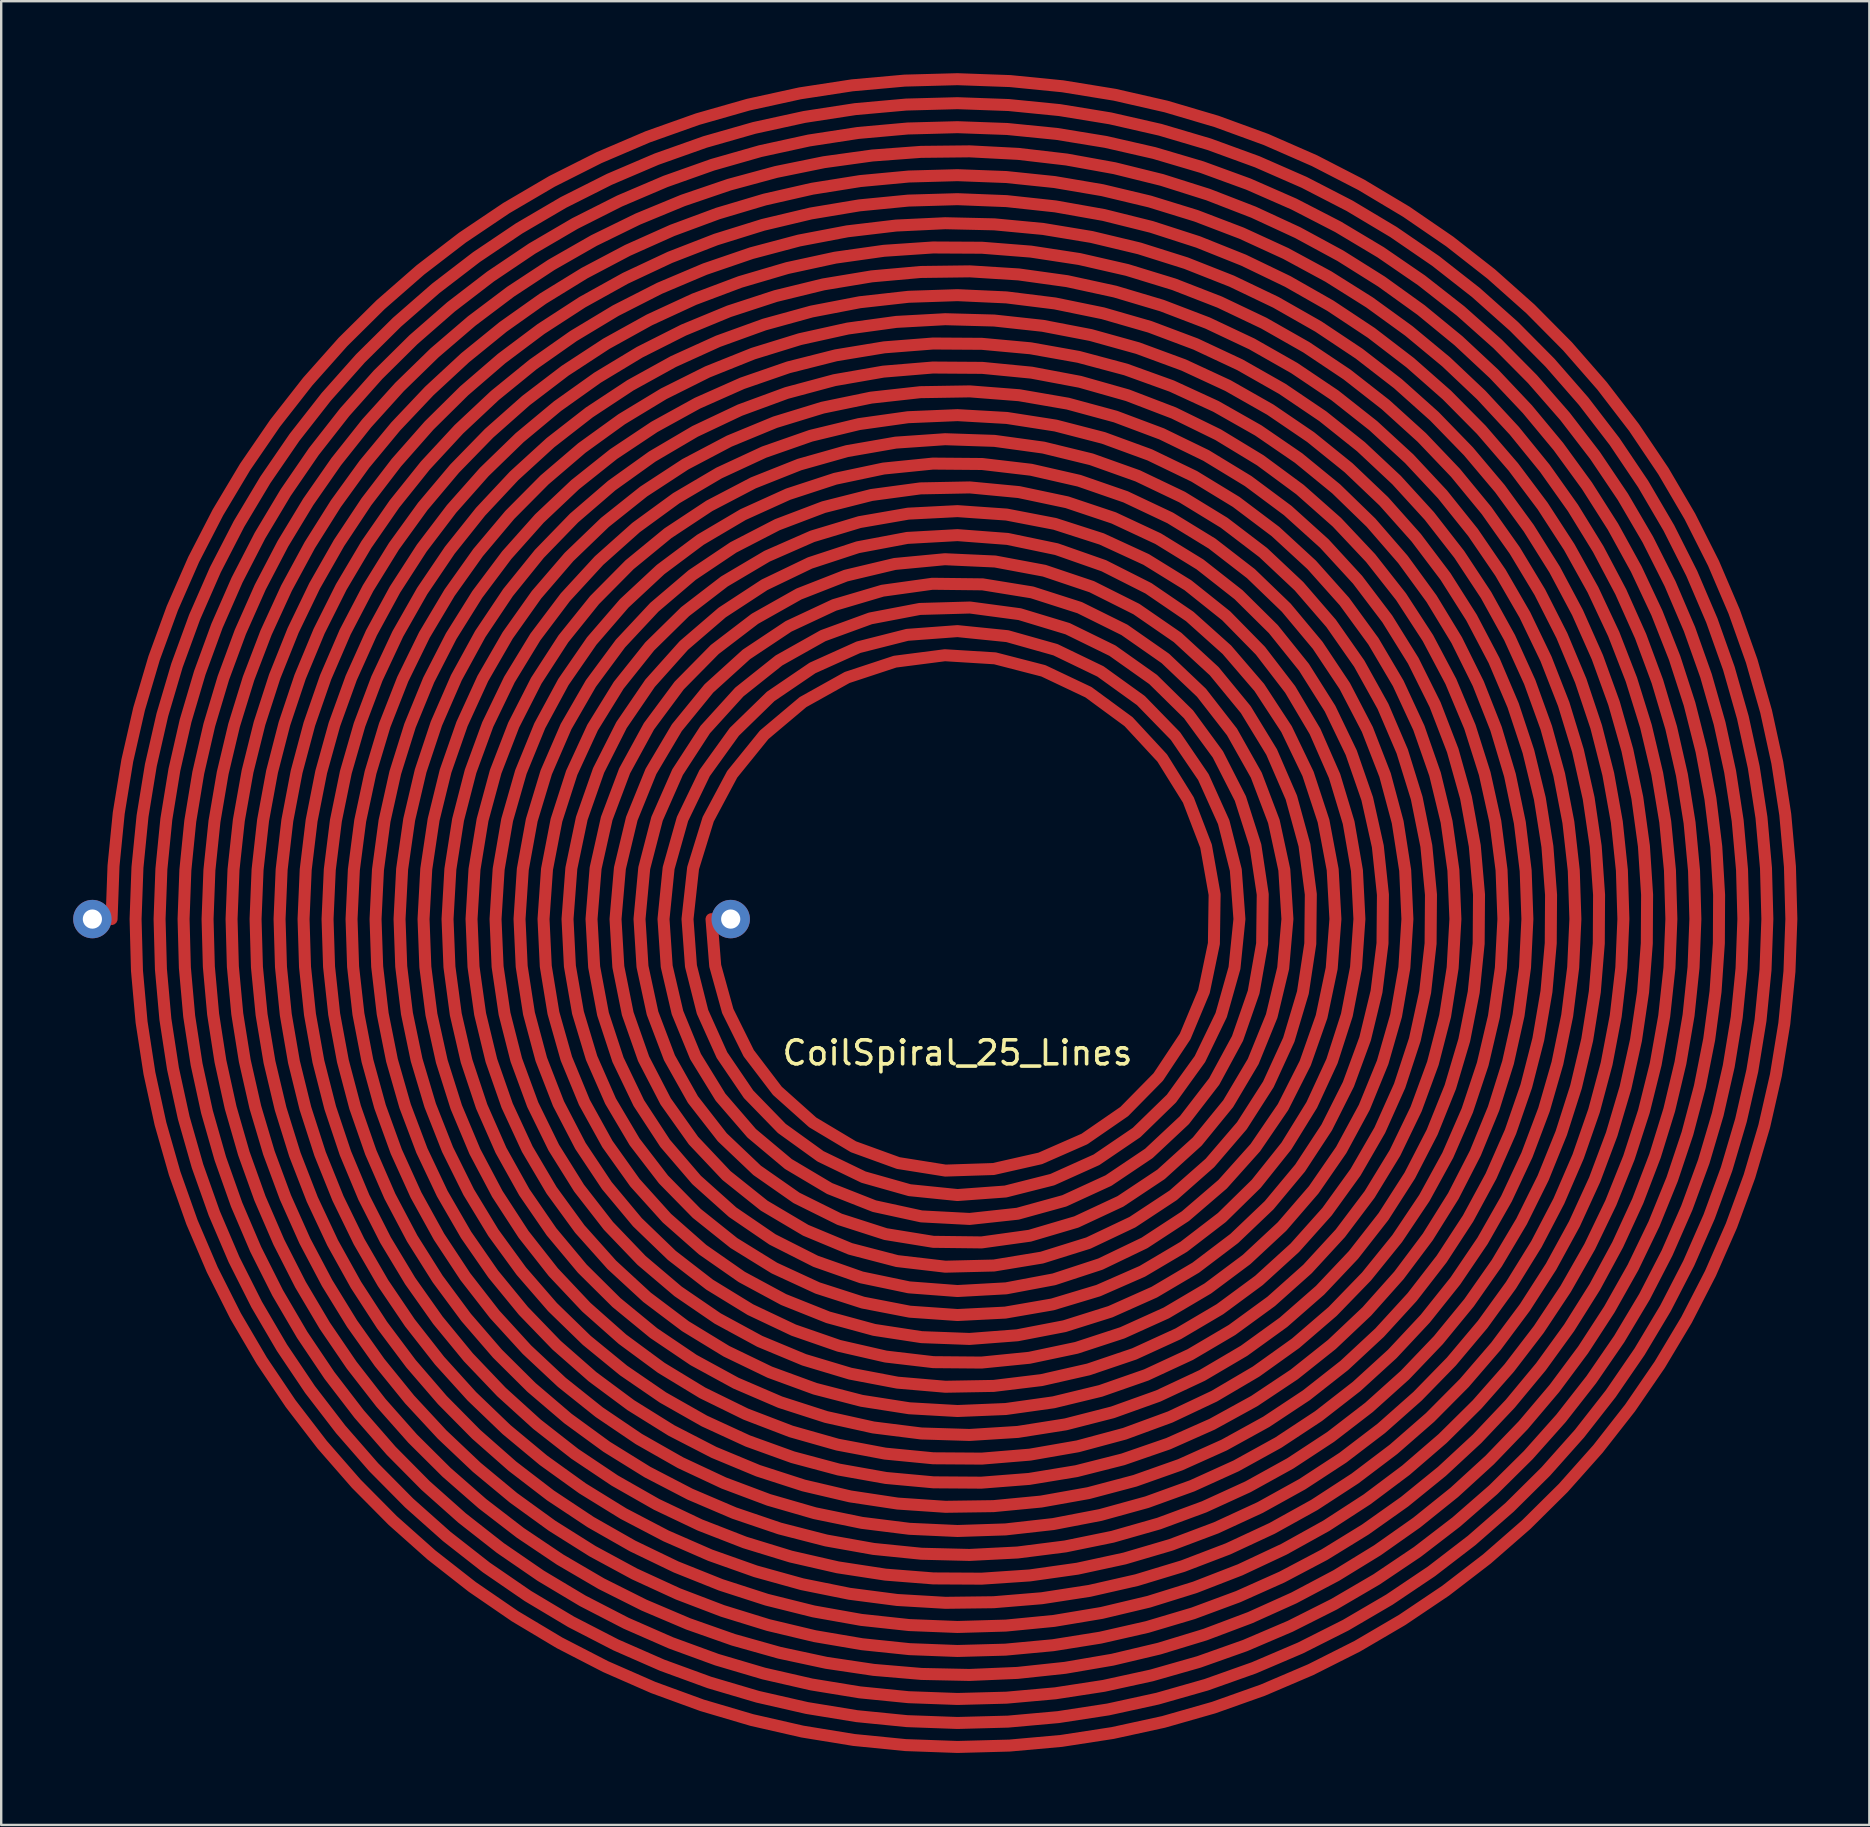
<source format=kicad_pcb>
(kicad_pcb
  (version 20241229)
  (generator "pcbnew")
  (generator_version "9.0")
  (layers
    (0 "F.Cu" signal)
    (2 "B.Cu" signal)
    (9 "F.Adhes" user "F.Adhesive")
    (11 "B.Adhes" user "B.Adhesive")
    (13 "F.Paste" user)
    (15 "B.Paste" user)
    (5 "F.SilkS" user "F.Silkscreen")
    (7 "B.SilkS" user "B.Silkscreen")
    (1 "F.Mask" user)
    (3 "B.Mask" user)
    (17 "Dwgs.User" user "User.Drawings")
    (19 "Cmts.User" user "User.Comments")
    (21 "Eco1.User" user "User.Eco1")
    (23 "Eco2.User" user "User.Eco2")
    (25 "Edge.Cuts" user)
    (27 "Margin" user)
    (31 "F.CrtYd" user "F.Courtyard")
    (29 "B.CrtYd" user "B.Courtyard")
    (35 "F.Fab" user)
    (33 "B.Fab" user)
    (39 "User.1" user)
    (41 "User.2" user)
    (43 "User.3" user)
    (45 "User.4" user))
  (footprint "CoilSpiral_25_Lines"
    (layer "F.Cu")
    (at 36.85 35.25)
    (property "Reference" "CoilSpiral_25_Lines" (at 0 5.575 0) (layer "F.SilkS") (effects (font (size 1 1) (thickness 0.15))))
    (attr through_hole)
    (pad "0" connect custom (at -22.25 0) (size 0.5 0.5) (layers "F.Cu" "F.Mask") (options (anchor circle)) (primitives (gr_line (start 12 0) (end 12.155 1.946) (width 0.5)) (gr_line (start 12.155 1.946) (end 12.678 3.832) (width 0.5)) (gr_line (start 12.678 3.832) (end 13.551 5.591) (width 0.5)) (gr_line (start 13.551 5.591) (end 14.744 7.157) (width 0.5)) (gr_line (start 14.744 7.157) (end 16.217 8.473) (width 0.5)) (gr_line (start 16.217 8.473) (end 17.916 9.489) (width 0.5)) (gr_line (start 17.916 9.489) (end 19.783 10.167) (width 0.5)) (gr_line (start 19.783 10.167) (end 21.751 10.481) (width 0.5)) (gr_line (start 21.751 10.481) (end 23.748 10.416) (width 0.5)) (gr_line (start 23.748 10.416) (end 25.702 9.973) (width 0.5)) (gr_line (start 25.702 9.973) (end 27.542 9.165) (width 0.5)) (gr_line (start 27.542 9.165) (end 29.2 8.021) (width 0.5)) (gr_line (start 29.2 8.021) (end 30.617 6.58) (width 0.5)) (gr_line (start 30.617 6.58) (end 31.738 4.891) (width 0.5)) (gr_line (start 31.738 4.891) (end 32.521 3.016) (width 0.5)) (gr_line (start 32.521 3.016) (end 32.936 1.02) (width 0.5)) (gr_line (start 32.936 1.02) (end 32.966 -1.023) (width 0.5)) (gr_line (start 32.966 -1.023) (end 32.608 -3.041) (width 0.5)) (gr_line (start 32.608 -3.041) (end 31.872 -4.961) (width 0.5)) (gr_line (start 31.872 -4.961) (end 30.783 -6.711) (width 0.5)) (gr_line (start 30.783 -6.711) (end 29.379 -8.227) (width 0.5)) (gr_line (start 29.379 -8.227) (end 27.708 -9.454) (width 0.5)) (gr_line (start 27.708 -9.454) (end 25.83 -10.345) (width 0.5)) (gr_line (start 25.83 -10.345) (end 23.812 -10.866) (width 0.5)) (gr_line (start 23.812 -10.866) (end 21.726 -10.995) (width 0.5)) (gr_line (start 21.726 -10.995) (end 19.648 -10.727) (width 0.5)) (gr_line (start 19.648 -10.727) (end 17.652 -10.068) (width 0.5)) (gr_line (start 17.652 -10.068) (end 15.812 -9.041) (width 0.5)) (gr_line (start 15.812 -9.041) (end 14.196 -7.68) (width 0.5)) (gr_line (start 14.196 -7.68) (end 12.862 -6.033) (width 0.5)) (gr_line (start 12.862 -6.033) (end 11.862 -4.159) (width 0.5)) (gr_line (start 11.862 -4.159) (end 11.233 -2.123) (width 0.5)) (gr_line (start 11.233 -2.123) (end 11 0) (width 0.5)) (gr_line (start 11 0) (end 11.144 1.958) (width 0.5)) (gr_line (start 11.144 1.958) (end 11.626 3.867) (width 0.5)) (gr_line (start 11.626 3.867) (end 12.435 5.667) (width 0.5)) (gr_line (start 12.435 5.667) (end 13.547 7.303) (width 0.5)) (gr_line (start 13.547 7.303) (end 14.929 8.724) (width 0.5)) (gr_line (start 14.929 8.724) (end 16.542 9.887) (width 0.5)) (gr_line (start 16.542 9.887) (end 18.336 10.754) (width 0.5)) (gr_line (start 18.336 10.754) (end 20.258 11.298) (width 0.5)) (gr_line (start 20.258 11.298) (end 22.25 11.5) (width 0.5)) (gr_line (start 22.25 11.5) (end 24.252 11.353) (width 0.5)) (gr_line (start 24.252 11.353) (end 26.202 10.859) (width 0.5)) (gr_line (start 26.202 10.859) (end 28.042 10.031) (width 0.5)) (gr_line (start 28.042 10.031) (end 29.713 8.895) (width 0.5)) (gr_line (start 29.713 8.895) (end 31.166 7.481) (width 0.5)) (gr_line (start 31.166 7.481) (end 32.354 5.833) (width 0.5)) (gr_line (start 32.354 5.833) (end 33.239 4) (width 0.5)) (gr_line (start 33.239 4) (end 33.794 2.036) (width 0.5)) (gr_line (start 33.794 2.036) (end 34 0) (width 0.5)) (gr_line (start 34 0) (end 33.849 -2.045) (width 0.5)) (gr_line (start 33.849 -2.045) (end 33.344 -4.038) (width 0.5)) (gr_line (start 33.344 -4.038) (end 32.498 -5.917) (width 0.5)) (gr_line (start 32.498 -5.917) (end 31.336 -7.624) (width 0.5)) (gr_line (start 31.336 -7.624) (end 29.892 -9.107) (width 0.5)) (gr_line (start 29.892 -9.107) (end 28.208 -10.32) (width 0.5)) (gr_line (start 28.208 -10.32) (end 26.335 -11.224) (width 0.5)) (gr_line (start 26.335 -11.224) (end 24.329 -11.79) (width 0.5)) (gr_line (start 24.329 -11.79) (end 22.25 -12) (width 0.5)) (gr_line (start 22.25 -12) (end 20.161 -11.845) (width 0.5)) (gr_line (start 20.161 -11.845) (end 18.127 -11.329) (width 0.5)) (gr_line (start 18.127 -11.329) (end 16.208 -10.464) (width 0.5)) (gr_line (start 16.208 -10.464) (end 14.465 -9.278) (width 0.5)) (gr_line (start 14.465 -9.278) (end 12.951 -7.803) (width 0.5)) (gr_line (start 12.951 -7.803) (end 11.713 -6.083) (width 0.5)) (gr_line (start 11.713 -6.083) (end 10.791 -4.171) (width 0.5)) (gr_line (start 10.791 -4.171) (end 10.213 -2.122) (width 0.5)) (gr_line (start 10.213 -2.122) (end 10 0) (width 0.5)) (gr_line (start 10 0) (end 10.133 1.969) (width 0.5)) (gr_line (start 10.133 1.969) (end 10.582 3.895) (width 0.5)) (gr_line (start 10.582 3.895) (end 11.335 5.729) (width 0.5)) (gr_line (start 11.335 5.729) (end 12.375 7.421) (width 0.5)) (gr_line (start 12.375 7.421) (end 13.675 8.927) (width 0.5)) (gr_line (start 13.675 8.927) (end 15.204 10.208) (width 0.5)) (gr_line (start 15.204 10.208) (end 16.922 11.229) (width 0.5)) (gr_line (start 16.922 11.229) (end 18.785 11.963) (width 0.5)) (gr_line (start 18.785 11.963) (end 20.746 12.39) (width 0.5)) (gr_line (start 20.746 12.39) (end 22.754 12.496) (width 0.5)) (gr_line (start 22.754 12.496) (end 24.757 12.279) (width 0.5)) (gr_line (start 24.757 12.279) (end 26.703 11.742) (width 0.5)) (gr_line (start 26.703 11.742) (end 28.542 10.897) (width 0.5)) (gr_line (start 28.542 10.897) (end 30.224 9.767) (width 0.5)) (gr_line (start 30.224 9.767) (end 31.707 8.378) (width 0.5)) (gr_line (start 31.707 8.378) (end 32.95 6.766) (width 0.5)) (gr_line (start 32.95 6.766) (end 33.921 4.972) (width 0.5)) (gr_line (start 33.921 4.972) (end 34.592 3.042) (width 0.5)) (gr_line (start 34.592 3.042) (end 34.946 1.025) (width 0.5)) (gr_line (start 34.946 1.025) (end 34.971 -1.027) (width 0.5)) (gr_line (start 34.971 -1.027) (end 34.667 -3.06) (width 0.5)) (gr_line (start 34.667 -3.06) (end 34.039 -5.023) (width 0.5)) (gr_line (start 34.039 -5.023) (end 33.102 -6.862) (width 0.5)) (gr_line (start 33.102 -6.862) (end 31.88 -8.531) (width 0.5)) (gr_line (start 31.88 -8.531) (end 30.403 -9.985) (width 0.5)) (gr_line (start 30.403 -9.985) (end 28.708 -11.186) (width 0.5)) (gr_line (start 28.708 -11.186) (end 26.839 -12.101) (width 0.5)) (gr_line (start 26.839 -12.101) (end 24.844 -12.706) (width 0.5)) (gr_line (start 24.844 -12.706) (end 22.773 -12.983) (width 0.5)) (gr_line (start 22.773 -12.983) (end 20.681 -12.924) (width 0.5)) (gr_line (start 20.681 -12.924) (end 18.621 -12.53) (width 0.5)) (gr_line (start 18.621 -12.53) (end 16.647 -11.809) (width 0.5)) (gr_line (start 16.647 -11.809) (end 14.811 -10.778) (width 0.5)) (gr_line (start 14.811 -10.778) (end 13.16 -9.463) (width 0.5)) (gr_line (start 13.16 -9.463) (end 11.739 -7.898) (width 0.5)) (gr_line (start 11.739 -7.898) (end 10.586 -6.122) (width 0.5)) (gr_line (start 10.586 -6.122) (end 9.731 -4.18) (width 0.5)) (gr_line (start 9.731 -4.18) (end 9.197 -2.121) (width 0.5)) (gr_line (start 9.197 -2.121) (end 9 0) (width 0.5)) (gr_line (start 9 0) (end 9.124 1.978) (width 0.5)) (gr_line (start 9.124 1.978) (end 9.543 3.92) (width 0.5)) (gr_line (start 9.543 3.92) (end 10.248 5.78) (width 0.5)) (gr_line (start 10.248 5.78) (end 11.224 7.518) (width 0.5)) (gr_line (start 11.224 7.518) (end 12.45 9.093) (width 0.5)) (gr_line (start 12.45 9.093) (end 13.9 10.471) (width 0.5)) (gr_line (start 13.9 10.471) (end 15.542 11.619) (width 0.5)) (gr_line (start 15.542 11.619) (end 17.34 12.511) (width 0.5)) (gr_line (start 17.34 12.511) (end 19.254 13.127) (width 0.5)) (gr_line (start 19.254 13.127) (end 21.242 13.45) (width 0.5)) (gr_line (start 21.242 13.45) (end 23.26 13.474) (width 0.5)) (gr_line (start 23.26 13.474) (end 25.262 13.196) (width 0.5)) (gr_line (start 25.262 13.196) (end 27.204 12.622) (width 0.5)) (gr_line (start 27.204 12.622) (end 29.042 11.764) (width 0.5)) (gr_line (start 29.042 11.764) (end 30.734 10.638) (width 0.5)) (gr_line (start 30.734 10.638) (end 32.242 9.271) (width 0.5)) (gr_line (start 32.242 9.271) (end 33.532 7.692) (width 0.5)) (gr_line (start 33.532 7.692) (end 34.574 5.935) (width 0.5)) (gr_line (start 34.574 5.935) (end 35.344 4.039) (width 0.5)) (gr_line (start 35.344 4.039) (end 35.823 2.046) (width 0.5)) (gr_line (start 35.823 2.046) (end 36 0) (width 0.5)) (gr_line (start 36 0) (end 35.87 -2.053) (width 0.5)) (gr_line (start 35.87 -2.053) (end 35.435 -4.067) (width 0.5)) (gr_line (start 35.435 -4.067) (end 34.703 -5.997) (width 0.5)) (gr_line (start 34.703 -5.997) (end 33.689 -7.799) (width 0.5)) (gr_line (start 33.689 -7.799) (end 32.417 -9.433) (width 0.5)) (gr_line (start 32.417 -9.433) (end 30.912 -10.862) (width 0.5)) (gr_line (start 30.912 -10.862) (end 29.208 -12.052) (width 0.5)) (gr_line (start 29.208 -12.052) (end 27.343 -12.977) (width 0.5)) (gr_line (start 27.343 -12.977) (end 25.357 -13.614) (width 0.5)) (gr_line (start 25.357 -13.614) (end 23.295 -13.949) (width 0.5)) (gr_line (start 23.295 -13.949) (end 21.203 -13.973) (width 0.5)) (gr_line (start 21.203 -13.973) (end 19.127 -13.684) (width 0.5)) (gr_line (start 19.127 -13.684) (end 17.113 -13.088) (width 0.5)) (gr_line (start 17.113 -13.088) (end 15.208 -12.197) (width 0.5)) (gr_line (start 15.208 -12.197) (end 13.454 -11.029) (width 0.5)) (gr_line (start 13.454 -11.029) (end 11.891 -9.611) (width 0.5)) (gr_line (start 11.891 -9.611) (end 10.555 -7.974) (width 0.5)) (gr_line (start 10.555 -7.974) (end 9.476 -6.152) (width 0.5)) (gr_line (start 9.476 -6.152) (end 8.679 -4.186) (width 0.5)) (gr_line (start 8.679 -4.186) (end 8.183 -2.12) (width 0.5)) (gr_line (start 8.183 -2.12) (end 8 0) (width 0.5)) (gr_line (start 8 0) (end 8.117 1.986) (width 0.5)) (gr_line (start 8.117 1.986) (end 8.509 3.94) (width 0.5)) (gr_line (start 8.509 3.94) (end 9.171 5.823) (width 0.5)) (gr_line (start 9.171 5.823) (end 10.09 7.598) (width 0.5)) (gr_line (start 10.09 7.598) (end 11.249 9.231) (width 0.5)) (gr_line (start 11.249 9.231) (end 12.626 10.689) (width 0.5)) (gr_line (start 12.626 10.689) (end 14.195 11.943) (width 0.5)) (gr_line (start 14.195 11.943) (end 15.925 12.968) (width 0.5)) (gr_line (start 15.925 12.968) (end 17.785 13.743) (width 0.5)) (gr_line (start 17.785 13.743) (end 19.737 14.252) (width 0.5)) (gr_line (start 19.737 14.252) (end 21.744 14.486) (width 0.5)) (gr_line (start 21.744 14.486) (end 23.767 14.437) (width 0.5)) (gr_line (start 23.767 14.437) (end 25.767 14.107) (width 0.5)) (gr_line (start 25.767 14.107) (end 27.705 13.501) (width 0.5)) (gr_line (start 27.705 13.501) (end 29.542 12.63) (width 0.5)) (gr_line (start 29.542 12.63) (end 31.242 11.509) (width 0.5)) (gr_line (start 31.242 11.509) (end 32.772 10.161) (width 0.5)) (gr_line (start 32.772 10.161) (end 34.102 8.611) (width 0.5)) (gr_line (start 34.102 8.611) (end 35.205 6.888) (width 0.5)) (gr_line (start 35.205 6.888) (end 36.058 5.026) (width 0.5)) (gr_line (start 36.058 5.026) (end 36.645 3.06) (width 0.5)) (gr_line (start 36.645 3.06) (end 36.953 1.028) (width 0.5)) (gr_line (start 36.953 1.028) (end 36.975 -1.03) (width 0.5)) (gr_line (start 36.975 -1.03) (end 36.71 -3.074) (width 0.5)) (gr_line (start 36.71 -3.074) (end 36.163 -5.064) (width 0.5)) (gr_line (start 36.163 -5.064) (end 35.342 -6.961) (width 0.5)) (gr_line (start 35.342 -6.961) (end 34.264 -8.729) (width 0.5)) (gr_line (start 34.264 -8.729) (end 32.948 -10.331) (width 0.5)) (gr_line (start 32.948 -10.331) (end 31.42 -11.737) (width 0.5)) (gr_line (start 31.42 -11.737) (end 29.708 -12.918) (width 0.5)) (gr_line (start 29.708 -12.918) (end 27.846 -13.851) (width 0.5)) (gr_line (start 27.846 -13.851) (end 25.869 -14.517) (width 0.5)) (gr_line (start 25.869 -14.517) (end 23.816 -14.901) (width 0.5)) (gr_line (start 23.816 -14.901) (end 21.726 -14.996) (width 0.5)) (gr_line (start 21.726 -14.996) (end 19.64 -14.799) (width 0.5)) (gr_line (start 19.64 -14.799) (end 17.599 -14.313) (width 0.5)) (gr_line (start 17.599 -14.313) (end 15.643 -13.547) (width 0.5)) (gr_line (start 15.643 -13.547) (end 13.809 -12.514) (width 0.5)) (gr_line (start 13.809 -12.514) (end 12.135 -11.234) (width 0.5)) (gr_line (start 12.135 -11.234) (end 10.653 -9.731) (width 0.5)) (gr_line (start 10.653 -9.731) (end 9.393 -8.034) (width 0.5)) (gr_line (start 9.393 -8.034) (end 8.379 -6.176) (width 0.5)) (gr_line (start 8.379 -6.176) (end 7.633 -4.191) (width 0.5)) (gr_line (start 7.633 -4.191) (end 7.17 -2.119) (width 0.5)) (gr_line (start 7.17 -2.119) (end 7 0) (width 0.5)) (gr_line (start 7 0) (end 7.11 1.993) (width 0.5)) (gr_line (start 7.11 1.993) (end 7.479 3.958) (width 0.5)) (gr_line (start 7.479 3.958) (end 8.103 5.86) (width 0.5)) (gr_line (start 8.103 5.86) (end 8.971 7.667) (width 0.5)) (gr_line (start 8.971 7.667) (end 10.069 9.347) (width 0.5)) (gr_line (start 10.069 9.347) (end 11.378 10.872) (width 0.5)) (gr_line (start 11.378 10.872) (end 12.878 12.214) (width 0.5)) (gr_line (start 12.878 12.214) (end 14.542 13.351) (width 0.5)) (gr_line (start 14.542 13.351) (end 16.342 14.262) (width 0.5)) (gr_line (start 16.342 14.262) (end 18.249 14.932) (width 0.5)) (gr_line (start 18.249 14.932) (end 20.23 15.347) (width 0.5)) (gr_line (start 20.23 15.347) (end 22.25 15.5) (width 0.5)) (gr_line (start 22.25 15.5) (end 24.276 15.388) (width 0.5)) (gr_line (start 24.276 15.388) (end 26.272 15.012) (width 0.5)) (gr_line (start 26.272 15.012) (end 28.206 14.378) (width 0.5)) (gr_line (start 28.206 14.378) (end 30.042 13.496) (width 0.5)) (gr_line (start 30.042 13.496) (end 31.749 12.38) (width 0.5)) (gr_line (start 31.749 12.38) (end 33.299 11.049) (width 0.5)) (gr_line (start 33.299 11.049) (end 34.663 9.525) (width 0.5)) (gr_line (start 34.663 9.525) (end 35.818 7.833) (width 0.5)) (gr_line (start 35.818 7.833) (end 36.743 6.003) (width 0.5)) (gr_line (start 36.743 6.003) (end 37.423 4.066) (width 0.5)) (gr_line (start 37.423 4.066) (end 37.845 2.053) (width 0.5)) (gr_line (start 37.845 2.053) (end 38 0) (width 0.5)) (gr_line (start 38 0) (end 37.886 -2.059) (width 0.5)) (gr_line (start 37.886 -2.059) (end 37.504 -4.087) (width 0.5)) (gr_line (start 37.504 -4.087) (end 36.859 -6.051) (width 0.5)) (gr_line (start 36.859 -6.051) (end 35.962 -7.917) (width 0.5)) (gr_line (start 35.962 -7.917) (end 34.828 -9.651) (width 0.5)) (gr_line (start 34.828 -9.651) (end 33.475 -11.225) (width 0.5)) (gr_line (start 33.475 -11.225) (end 31.927 -12.611) (width 0.5)) (gr_line (start 31.927 -12.611) (end 30.208 -13.784) (width 0.5)) (gr_line (start 30.208 -13.784) (end 28.349 -14.724) (width 0.5)) (gr_line (start 28.349 -14.724) (end 26.38 -15.415) (width 0.5)) (gr_line (start 26.38 -15.415) (end 24.336 -15.842) (width 0.5)) (gr_line (start 24.336 -15.842) (end 22.25 -16) (width 0.5)) (gr_line (start 22.25 -16) (end 20.159 -15.884) (width 0.5)) (gr_line (start 20.159 -15.884) (end 18.098 -15.495) (width 0.5)) (gr_line (start 18.098 -15.495) (end 16.103 -14.84) (width 0.5)) (gr_line (start 16.103 -14.84) (end 14.208 -13.929) (width 0.5)) (gr_line (start 14.208 -13.929) (end 12.446 -12.776) (width 0.5)) (gr_line (start 12.446 -12.776) (end 10.848 -11.402) (width 0.5)) (gr_line (start 10.848 -11.402) (end 9.441 -9.829) (width 0.5)) (gr_line (start 9.441 -9.829) (end 8.249 -8.083) (width 0.5)) (gr_line (start 8.249 -8.083) (end 7.295 -6.195) (width 0.5)) (gr_line (start 7.295 -6.195) (end 6.594 -4.195) (width 0.5)) (gr_line (start 6.594 -4.195) (end 6.16 -2.118) (width 0.5)) (gr_line (start 6.16 -2.118) (end 6 0) (width 0.5)) (gr_line (start 6 0) (end 6.099 1.961) (width 0.5)) (gr_line (start 6.099 1.961) (end 6.435 3.898) (width 0.5)) (gr_line (start 6.435 3.898) (end 7.002 5.783) (width 0.5)) (gr_line (start 7.002 5.783) (end 7.793 7.587) (width 0.5)) (gr_line (start 7.793 7.587) (end 8.797 9.286) (width 0.5)) (gr_line (start 8.797 9.286) (end 10 10.852) (width 0.5)) (gr_line (start 10 10.852) (end 11.385 12.264) (width 0.5)) (gr_line (start 11.385 12.264) (end 12.932 13.5) (width 0.5)) (gr_line (start 12.932 13.5) (end 14.618 14.542) (width 0.5)) (gr_line (start 14.618 14.542) (end 16.419 15.374) (width 0.5)) (gr_line (start 16.419 15.374) (end 18.31 15.983) (width 0.5)) (gr_line (start 18.31 15.983) (end 20.263 16.361) (width 0.5)) (gr_line (start 20.263 16.361) (end 22.25 16.5) (width 0.5)) (gr_line (start 22.25 16.5) (end 24.241 16.399) (width 0.5)) (gr_line (start 24.241 16.399) (end 26.208 16.058) (width 0.5)) (gr_line (start 26.208 16.058) (end 28.121 15.482) (width 0.5)) (gr_line (start 28.121 15.482) (end 29.954 14.678) (width 0.5)) (gr_line (start 29.954 14.678) (end 31.678 13.658) (width 0.5)) (gr_line (start 31.678 13.658) (end 33.268 12.437) (width 0.5)) (gr_line (start 33.268 12.437) (end 34.701 11.031) (width 0.5)) (gr_line (start 34.701 11.031) (end 35.956 9.46) (width 0.5)) (gr_line (start 35.956 9.46) (end 37.013 7.748) (width 0.5)) (gr_line (start 37.013 7.748) (end 37.858 5.919) (width 0.5)) (gr_line (start 37.858 5.919) (end 38.476 3.999) (width 0.5)) (gr_line (start 38.476 3.999) (end 38.859 2.017) (width 0.5)) (gr_line (start 38.859 2.017) (end 39 0) (width 0.5)) (gr_line (start 39 0) (end 38.897 -2.021) (width 0.5)) (gr_line (start 38.897 -2.021) (end 38.551 -4.018) (width 0.5)) (gr_line (start 38.551 -4.018) (end 37.965 -5.96) (width 0.5)) (gr_line (start 37.965 -5.96) (end 37.15 -7.82) (width 0.5)) (gr_line (start 37.15 -7.82) (end 36.114 -9.57) (width 0.5)) (gr_line (start 36.114 -9.57) (end 34.874 -11.184) (width 0.5)) (gr_line (start 34.874 -11.184) (end 33.447 -12.638) (width 0.5)) (gr_line (start 33.447 -12.638) (end 31.852 -13.912) (width 0.5)) (gr_line (start 31.852 -13.912) (end 30.115 -14.985) (width 0.5)) (gr_line (start 30.115 -14.985) (end 28.258 -15.841) (width 0.5)) (gr_line (start 28.258 -15.841) (end 26.309 -16.469) (width 0.5)) (gr_line (start 26.309 -16.469) (end 24.297 -16.857) (width 0.5)) (gr_line (start 24.297 -16.857) (end 22.25 -17) (width 0.5)) (gr_line (start 22.25 -17) (end 20.199 -16.895) (width 0.5)) (gr_line (start 20.199 -16.895) (end 18.172 -16.543) (width 0.5)) (gr_line (start 18.172 -16.543) (end 16.201 -15.949) (width 0.5)) (gr_line (start 16.201 -15.949) (end 14.314 -15.121) (width 0.5)) (gr_line (start 14.314 -15.121) (end 12.538 -14.07) (width 0.5)) (gr_line (start 12.538 -14.07) (end 10.9 -12.811) (width 0.5)) (gr_line (start 10.9 -12.811) (end 9.425 -11.362) (width 0.5)) (gr_line (start 9.425 -11.362) (end 8.133 -9.744) (width 0.5)) (gr_line (start 8.133 -9.744) (end 7.044 -7.981) (width 0.5)) (gr_line (start 7.044 -7.981) (end 6.175 -6.096) (width 0.5)) (gr_line (start 6.175 -6.096) (end 5.539 -4.119) (width 0.5)) (gr_line (start 5.539 -4.119) (end 5.145 -2.077) (width 0.5)) (gr_line (start 5.145 -2.077) (end 5 0) (width 0.5)) (gr_line (start 5 0) (end 5.094 1.968) (width 0.5)) (gr_line (start 5.094 1.968) (end 5.413 3.915) (width 0.5)) (gr_line (start 5.413 3.915) (end 5.952 5.815) (width 0.5)) (gr_line (start 5.952 5.815) (end 6.705 7.643) (width 0.5)) (gr_line (start 6.705 7.643) (end 7.662 9.375) (width 0.5)) (gr_line (start 7.662 9.375) (end 8.812 10.989) (width 0.5)) (gr_line (start 8.812 10.989) (end 10.139 12.462) (width 0.5)) (gr_line (start 10.139 12.462) (end 11.628 13.775) (width 0.5)) (gr_line (start 11.628 13.775) (end 13.258 14.912) (width 0.5)) (gr_line (start 13.258 14.912) (end 15.009 15.857) (width 0.5)) (gr_line (start 15.009 15.857) (end 16.858 16.596) (width 0.5)) (gr_line (start 16.858 16.596) (end 18.781 17.12) (width 0.5)) (gr_line (start 18.781 17.12) (end 20.754 17.422) (width 0.5)) (gr_line (start 20.754 17.422) (end 22.75 17.497) (width 0.5)) (gr_line (start 22.75 17.497) (end 24.744 17.344) (width 0.5)) (gr_line (start 24.744 17.344) (end 26.709 16.965) (width 0.5)) (gr_line (start 26.709 16.965) (end 28.621 16.363) (width 0.5)) (gr_line (start 28.621 16.363) (end 30.453 15.546) (width 0.5)) (gr_line (start 30.453 15.546) (end 32.182 14.525) (width 0.5)) (gr_line (start 32.182 14.525) (end 33.784 13.311) (width 0.5)) (gr_line (start 33.784 13.311) (end 35.24 11.922) (width 0.5)) (gr_line (start 35.24 11.922) (end 36.529 10.374) (width 0.5)) (gr_line (start 36.529 10.374) (end 37.635 8.688) (width 0.5)) (gr_line (start 37.635 8.688) (end 38.541 6.885) (width 0.5)) (gr_line (start 38.541 6.885) (end 39.237 4.988) (width 0.5)) (gr_line (start 39.237 4.988) (end 39.713 3.022) (width 0.5)) (gr_line (start 39.713 3.022) (end 39.962 1.013) (width 0.5)) (gr_line (start 39.962 1.013) (end 39.98 -1.014) (width 0.5)) (gr_line (start 39.98 -1.014) (end 39.767 -3.031) (width 0.5)) (gr_line (start 39.767 -3.031) (end 39.325 -5.014) (width 0.5)) (gr_line (start 39.325 -5.014) (end 38.659 -6.934) (width 0.5)) (gr_line (start 38.659 -6.934) (end 37.777 -8.768) (width 0.5)) (gr_line (start 37.777 -8.768) (end 36.691 -10.492) (width 0.5)) (gr_line (start 36.691 -10.492) (end 35.414 -12.082) (width 0.5)) (gr_line (start 35.414 -12.082) (end 33.963 -13.518) (width 0.5)) (gr_line (start 33.963 -13.518) (end 32.356 -14.78) (width 0.5)) (gr_line (start 32.356 -14.78) (end 30.614 -15.851) (width 0.5)) (gr_line (start 30.614 -15.851) (end 28.759 -16.718) (width 0.5)) (gr_line (start 28.759 -16.718) (end 26.816 -17.369) (width 0.5)) (gr_line (start 26.816 -17.369) (end 24.808 -17.794) (width 0.5)) (gr_line (start 24.808 -17.794) (end 22.764 -17.988) (width 0.5)) (gr_line (start 22.764 -17.988) (end 20.708 -17.948) (width 0.5)) (gr_line (start 20.708 -17.948) (end 18.669 -17.673) (width 0.5)) (gr_line (start 18.669 -17.673) (end 16.672 -17.167) (width 0.5)) (gr_line (start 16.672 -17.167) (end 14.744 -16.435) (width 0.5)) (gr_line (start 14.744 -16.435) (end 12.91 -15.488) (width 0.5)) (gr_line (start 12.91 -15.488) (end 11.194 -14.337) (width 0.5)) (gr_line (start 11.194 -14.337) (end 9.62 -12.996) (width 0.5)) (gr_line (start 9.62 -12.996) (end 8.206 -11.483) (width 0.5)) (gr_line (start 8.206 -11.483) (end 6.974 -9.818) (width 0.5)) (gr_line (start 6.974 -9.818) (end 5.938 -8.02) (width 0.5)) (gr_line (start 5.938 -8.02) (end 5.113 -6.115) (width 0.5)) (gr_line (start 5.113 -6.115) (end 4.51 -4.125) (width 0.5)) (gr_line (start 4.51 -4.125) (end 4.137 -2.078) (width 0.5)) (gr_line (start 4.137 -2.078) (end 4 0) (width 0.5)) (gr_line (start 4 0) (end 4.09 1.975) (width 0.5)) (gr_line (start 4.09 1.975) (end 4.393 3.931) (width 0.5)) (gr_line (start 4.393 3.931) (end 4.906 5.844) (width 0.5)) (gr_line (start 4.906 5.844) (end 5.624 7.692) (width 0.5)) (gr_line (start 5.624 7.692) (end 6.538 9.453) (width 0.5)) (gr_line (start 6.538 9.453) (end 7.639 11.107) (width 0.5)) (gr_line (start 7.639 11.107) (end 8.913 12.634) (width 0.5)) (gr_line (start 8.913 12.634) (end 10.346 14.015) (width 0.5)) (gr_line (start 10.346 14.015) (end 11.921 15.234) (width 0.5)) (gr_line (start 11.921 15.234) (end 13.621 16.276) (width 0.5)) (gr_line (start 13.621 16.276) (end 15.425 17.13) (width 0.5)) (gr_line (start 15.425 17.13) (end 17.312 17.784) (width 0.5)) (gr_line (start 17.312 17.784) (end 19.261 18.231) (width 0.5)) (gr_line (start 19.261 18.231) (end 21.249 18.464) (width 0.5)) (gr_line (start 21.249 18.464) (end 23.252 18.481) (width 0.5)) (gr_line (start 23.252 18.481) (end 25.247 18.282) (width 0.5)) (gr_line (start 25.247 18.282) (end 27.211 17.867) (width 0.5)) (gr_line (start 27.211 17.867) (end 29.12 17.242) (width 0.5)) (gr_line (start 29.12 17.242) (end 30.952 16.414) (width 0.5)) (gr_line (start 30.952 16.414) (end 32.685 15.391) (width 0.5)) (gr_line (start 32.685 15.391) (end 34.299 14.185) (width 0.5)) (gr_line (start 34.299 14.185) (end 35.775 12.811) (width 0.5)) (gr_line (start 35.775 12.811) (end 37.094 11.284) (width 0.5)) (gr_line (start 37.094 11.284) (end 38.242 9.622) (width 0.5)) (gr_line (start 38.242 9.622) (end 39.204 7.844) (width 0.5)) (gr_line (start 39.204 7.844) (end 39.969 5.97) (width 0.5)) (gr_line (start 39.969 5.97) (end 40.528 4.023) (width 0.5)) (gr_line (start 40.528 4.023) (end 40.873 2.025) (width 0.5)) (gr_line (start 40.873 2.025) (end 41 0) (width 0.5)) (gr_line (start 41 0) (end 40.907 -2.029) (width 0.5)) (gr_line (start 40.907 -2.029) (end 40.595 -4.038) (width 0.5)) (gr_line (start 40.595 -4.038) (end 40.068 -6.003) (width 0.5)) (gr_line (start 40.068 -6.003) (end 39.33 -7.902) (width 0.5)) (gr_line (start 39.33 -7.902) (end 38.39 -9.711) (width 0.5)) (gr_line (start 38.39 -9.711) (end 37.259 -11.41) (width 0.5)) (gr_line (start 37.259 -11.41) (end 35.95 -12.977) (width 0.5)) (gr_line (start 35.95 -12.977) (end 34.478 -14.396) (width 0.5)) (gr_line (start 34.478 -14.396) (end 32.859 -15.648) (width 0.5)) (gr_line (start 32.859 -15.648) (end 31.113 -16.718) (width 0.5)) (gr_line (start 31.113 -16.718) (end 29.26 -17.594) (width 0.5)) (gr_line (start 29.26 -17.594) (end 27.322 -18.266) (width 0.5)) (gr_line (start 27.322 -18.266) (end 25.32 -18.724) (width 0.5)) (gr_line (start 25.32 -18.724) (end 23.278 -18.964) (width 0.5)) (gr_line (start 23.278 -18.964) (end 21.221 -18.981) (width 0.5)) (gr_line (start 21.221 -18.981) (end 19.172 -18.775) (width 0.5)) (gr_line (start 19.172 -18.775) (end 17.155 -18.349) (width 0.5)) (gr_line (start 17.155 -18.349) (end 15.195 -17.707) (width 0.5)) (gr_line (start 15.195 -17.707) (end 13.314 -16.855) (width 0.5)) (gr_line (start 13.314 -16.855) (end 11.534 -15.805) (width 0.5)) (gr_line (start 11.534 -15.805) (end 9.877 -14.566) (width 0.5)) (gr_line (start 9.877 -14.566) (end 8.362 -13.155) (width 0.5)) (gr_line (start 8.362 -13.155) (end 7.008 -11.587) (width 0.5)) (gr_line (start 7.008 -11.587) (end 5.829 -9.88) (width 0.5)) (gr_line (start 5.829 -9.88) (end 4.842 -8.054) (width 0.5)) (gr_line (start 4.842 -8.054) (end 4.057 -6.13) (width 0.5)) (gr_line (start 4.057 -6.13) (end 3.484 -4.131) (width 0.5)) (gr_line (start 3.484 -4.131) (end 3.13 -2.079) (width 0.5)) (gr_line (start 3.13 -2.079) (end 3 0) (width 0.5)) (gr_line (start 3 0) (end 3.086 1.981) (width 0.5)) (gr_line (start 3.086 1.981) (end 3.375 3.944) (width 0.5)) (gr_line (start 3.375 3.944) (end 3.865 5.869) (width 0.5)) (gr_line (start 3.865 5.869) (end 4.551 7.735) (width 0.5)) (gr_line (start 4.551 7.735) (end 5.426 9.522) (width 0.5)) (gr_line (start 5.426 9.522) (end 6.481 11.211) (width 0.5)) (gr_line (start 6.481 11.211) (end 7.705 12.784) (width 0.5)) (gr_line (start 7.705 12.784) (end 9.085 14.224) (width 0.5)) (gr_line (start 9.085 14.224) (end 10.607 15.515) (width 0.5)) (gr_line (start 10.607 15.515) (end 12.256 16.644) (width 0.5)) (gr_line (start 12.256 16.644) (end 14.013 17.598) (width 0.5)) (gr_line (start 14.013 17.598) (end 15.861 18.367) (width 0.5)) (gr_line (start 15.861 18.367) (end 17.78 18.943) (width 0.5)) (gr_line (start 17.78 18.943) (end 19.749 19.318) (width 0.5)) (gr_line (start 19.749 19.318) (end 21.748 19.489) (width 0.5)) (gr_line (start 21.748 19.489) (end 23.756 19.454) (width 0.5)) (gr_line (start 23.756 19.454) (end 25.751 19.212) (width 0.5)) (gr_line (start 25.751 19.212) (end 27.713 18.766) (width 0.5)) (gr_line (start 27.713 18.766) (end 29.619 18.12) (width 0.5)) (gr_line (start 29.619 18.12) (end 31.451 17.281) (width 0.5)) (gr_line (start 31.451 17.281) (end 33.188 16.257) (width 0.5)) (gr_line (start 33.188 16.257) (end 34.812 15.059) (width 0.5)) (gr_line (start 34.812 15.059) (end 36.306 13.699) (width 0.5)) (gr_line (start 36.306 13.699) (end 37.653 12.191) (width 0.5)) (gr_line (start 37.653 12.191) (end 38.838 10.551) (width 0.5)) (gr_line (start 38.838 10.551) (end 39.85 8.797) (width 0.5)) (gr_line (start 39.85 8.797) (end 40.677 6.947) (width 0.5)) (gr_line (start 40.677 6.947) (end 41.309 5.019) (width 0.5)) (gr_line (start 41.309 5.019) (end 41.74 3.036) (width 0.5)) (gr_line (start 41.74 3.036) (end 41.966 1.016) (width 0.5)) (gr_line (start 41.966 1.016) (end 41.982 -1.017) (width 0.5)) (gr_line (start 41.982 -1.017) (end 41.789 -3.043) (width 0.5)) (gr_line (start 41.789 -3.043) (end 41.388 -5.04) (width 0.5)) (gr_line (start 41.388 -5.04) (end 40.784 -6.987) (width 0.5)) (gr_line (start 40.784 -6.987) (end 39.982 -8.863) (width 0.5)) (gr_line (start 39.982 -8.863) (end 38.991 -10.648) (width 0.5)) (gr_line (start 38.991 -10.648) (end 37.82 -12.323) (width 0.5)) (gr_line (start 37.82 -12.323) (end 36.482 -13.87) (width 0.5)) (gr_line (start 36.482 -13.87) (end 34.991 -15.273) (width 0.5)) (gr_line (start 34.991 -15.273) (end 33.362 -16.515) (width 0.5)) (gr_line (start 33.362 -16.515) (end 31.613 -17.585) (width 0.5)) (gr_line (start 31.613 -17.585) (end 29.761 -18.47) (width 0.5)) (gr_line (start 29.761 -18.47) (end 27.827 -19.16) (width 0.5)) (gr_line (start 27.827 -19.16) (end 25.83 -19.648) (width 0.5)) (gr_line (start 25.83 -19.648) (end 23.793 -19.928) (width 0.5)) (gr_line (start 23.793 -19.928) (end 21.735 -19.997) (width 0.5)) (gr_line (start 21.735 -19.997) (end 19.679 -19.855) (width 0.5)) (gr_line (start 19.679 -19.855) (end 17.648 -19.501) (width 0.5)) (gr_line (start 17.648 -19.501) (end 15.662 -18.94) (width 0.5)) (gr_line (start 15.662 -18.94) (end 13.742 -18.177) (width 0.5)) (gr_line (start 13.742 -18.177) (end 11.91 -17.22) (width 0.5)) (gr_line (start 11.91 -17.22) (end 10.184 -16.079) (width 0.5)) (gr_line (start 10.184 -16.079) (end 8.584 -14.765) (width 0.5)) (gr_line (start 8.584 -14.765) (end 7.126 -13.292) (width 0.5)) (gr_line (start 7.126 -13.292) (end 5.826 -11.676) (width 0.5)) (gr_line (start 5.826 -11.676) (end 4.698 -9.934) (width 0.5)) (gr_line (start 4.698 -9.934) (end 3.755 -8.083) (width 0.5)) (gr_line (start 3.755 -8.083) (end 3.006 -6.143) (width 0.5)) (gr_line (start 3.006 -6.143) (end 2.46 -4.135) (width 0.5)) (gr_line (start 2.46 -4.135) (end 2.124 -2.08) (width 0.5)) (gr_line (start 2.124 -2.08) (end 2 0) (width 0.5)) (gr_line (start 2 0) (end 2.082 1.986) (width 0.5)) (gr_line (start 2.082 1.986) (end 2.358 3.957) (width 0.5)) (gr_line (start 2.358 3.957) (end 2.827 5.892) (width 0.5)) (gr_line (start 2.827 5.892) (end 3.484 7.773) (width 0.5)) (gr_line (start 3.484 7.773) (end 4.322 9.583) (width 0.5)) (gr_line (start 4.322 9.583) (end 5.335 11.302) (width 0.5)) (gr_line (start 5.335 11.302) (end 6.512 12.916) (width 0.5)) (gr_line (start 6.512 12.916) (end 7.843 14.407) (width 0.5)) (gr_line (start 7.843 14.407) (end 9.314 15.762) (width 0.5)) (gr_line (start 9.314 15.762) (end 10.913 16.967) (width 0.5)) (gr_line (start 10.913 16.967) (end 12.623 18.01) (width 0.5)) (gr_line (start 12.623 18.01) (end 14.429 18.882) (width 0.5)) (gr_line (start 14.429 18.882) (end 16.313 19.572) (width 0.5)) (gr_line (start 16.313 19.572) (end 18.257 20.075) (width 0.5)) (gr_line (start 18.257 20.075) (end 20.242 20.386) (width 0.5)) (gr_line (start 20.242 20.386) (end 22.25 20.5) (width 0.5)) (gr_line (start 22.25 20.5) (end 24.261 20.417) (width 0.5)) (gr_line (start 24.261 20.417) (end 26.255 20.137) (width 0.5)) (gr_line (start 26.255 20.137) (end 28.214 19.662) (width 0.5)) (gr_line (start 28.214 19.662) (end 30.119 18.997) (width 0.5)) (gr_line (start 30.119 18.997) (end 31.95 18.148) (width 0.5)) (gr_line (start 31.95 18.148) (end 33.691 17.123) (width 0.5)) (gr_line (start 33.691 17.123) (end 35.324 15.931) (width 0.5)) (gr_line (start 35.324 15.931) (end 36.834 14.584) (width 0.5)) (gr_line (start 36.834 14.584) (end 38.205 13.094) (width 0.5)) (gr_line (start 38.205 13.094) (end 39.425 11.476) (width 0.5)) (gr_line (start 39.425 11.476) (end 40.481 9.745) (width 0.5)) (gr_line (start 40.481 9.745) (end 41.363 7.917) (width 0.5)) (gr_line (start 41.363 7.917) (end 42.062 6.01) (width 0.5)) (gr_line (start 42.062 6.01) (end 42.571 4.042) (width 0.5)) (gr_line (start 42.571 4.042) (end 42.885 2.032) (width 0.5)) (gr_line (start 42.885 2.032) (end 43 0) (width 0.5)) (gr_line (start 43 0) (end 42.916 -2.035) (width 0.5)) (gr_line (start 42.916 -2.035) (end 42.632 -4.054) (width 0.5)) (gr_line (start 42.632 -4.054) (end 42.151 -6.037) (width 0.5)) (gr_line (start 42.151 -6.037) (end 41.478 -7.965) (width 0.5)) (gr_line (start 41.478 -7.965) (end 40.619 -9.818) (width 0.5)) (gr_line (start 40.619 -9.818) (end 39.581 -11.58) (width 0.5)) (gr_line (start 39.581 -11.58) (end 38.375 -13.233) (width 0.5)) (gr_line (start 38.375 -13.233) (end 37.011 -14.761) (width 0.5)) (gr_line (start 37.011 -14.761) (end 35.503 -16.149) (width 0.5)) (gr_line (start 35.503 -16.149) (end 33.865 -17.383) (width 0.5)) (gr_line (start 33.865 -17.383) (end 32.113 -18.451) (width 0.5)) (gr_line (start 32.113 -18.451) (end 30.262 -19.344) (width 0.5)) (gr_line (start 30.262 -19.344) (end 28.332 -20.051) (width 0.5)) (gr_line (start 28.332 -20.051) (end 26.341 -20.566) (width 0.5)) (gr_line (start 26.341 -20.566) (end 24.307 -20.883) (width 0.5)) (gr_line (start 24.307 -20.883) (end 22.25 -21) (width 0.5)) (gr_line (start 22.25 -21) (end 20.19 -20.914) (width 0.5)) (gr_line (start 20.19 -20.914) (end 18.147 -20.627) (width 0.5)) (gr_line (start 18.147 -20.627) (end 16.14 -20.141) (width 0.5)) (gr_line (start 16.14 -20.141) (end 14.19 -19.459) (width 0.5)) (gr_line (start 14.19 -19.459) (end 12.314 -18.589) (width 0.5)) (gr_line (start 12.314 -18.589) (end 10.531 -17.539) (width 0.5)) (gr_line (start 10.531 -17.539) (end 8.858 -16.318) (width 0.5)) (gr_line (start 8.858 -16.318) (end 7.312 -14.938) (width 0.5)) (gr_line (start 7.312 -14.938) (end 5.908 -13.411) (width 0.5)) (gr_line (start 5.908 -13.411) (end 4.659 -11.754) (width 0.5)) (gr_line (start 4.659 -11.754) (end 3.578 -9.98) (width 0.5)) (gr_line (start 3.578 -9.98) (end 2.675 -8.108) (width 0.5)) (gr_line (start 2.675 -8.108) (end 1.96 -6.155) (width 0.5)) (gr_line (start 1.96 -6.155) (end 1.439 -4.14) (width 0.5)) (gr_line (start 1.439 -4.14) (end 1.118 -2.081) (width 0.5)) (gr_line (start 1.118 -2.081) (end 1 0) (width 0.5)) (gr_line (start 1 0) (end 1.079 1.991) (width 0.5)) (gr_line (start 1.079 1.991) (end 1.343 3.968) (width 0.5)) (gr_line (start 1.343 3.968) (end 1.792 5.912) (width 0.5)) (gr_line (start 1.792 5.912) (end 2.422 7.807) (width 0.5)) (gr_line (start 2.422 7.807) (end 3.227 9.637) (width 0.5)) (gr_line (start 3.227 9.637) (end 4.2 11.384) (width 0.5)) (gr_line (start 4.2 11.384) (end 5.334 13.033) (width 0.5)) (gr_line (start 5.334 13.033) (end 6.618 14.57) (width 0.5)) (gr_line (start 6.618 14.57) (end 8.041 15.981) (width 0.5)) (gr_line (start 8.041 15.981) (end 9.591 17.253) (width 0.5)) (gr_line (start 9.591 17.253) (end 11.254 18.376) (width 0.5)) (gr_line (start 11.254 18.376) (end 13.017 19.338) (width 0.5)) (gr_line (start 13.017 19.338) (end 14.863 20.132) (width 0.5)) (gr_line (start 14.863 20.132) (end 16.777 20.749) (width 0.5)) (gr_line (start 16.777 20.749) (end 18.742 21.185) (width 0.5)) (gr_line (start 18.742 21.185) (end 20.74 21.436) (width 0.5)) (gr_line (start 20.74 21.436) (end 22.754 21.498) (width 0.5)) (gr_line (start 22.754 21.498) (end 24.767 21.371) (width 0.5)) (gr_line (start 24.767 21.371) (end 26.76 21.056) (width 0.5)) (gr_line (start 26.76 21.056) (end 28.716 20.555) (width 0.5)) (gr_line (start 28.716 20.555) (end 30.619 19.873) (width 0.5)) (gr_line (start 30.619 19.873) (end 32.45 19.015) (width 0.5)) (gr_line (start 32.45 19.015) (end 34.194 17.989) (width 0.5)) (gr_line (start 34.194 17.989) (end 35.835 16.803) (width 0.5)) (gr_line (start 35.835 16.803) (end 37.36 15.468) (width 0.5)) (gr_line (start 37.36 15.468) (end 38.753 13.995) (width 0.5)) (gr_line (start 38.753 13.995) (end 40.003 12.397) (width 0.5)) (gr_line (start 40.003 12.397) (end 41.099 10.687) (width 0.5)) (gr_line (start 41.099 10.687) (end 42.031 8.881) (width 0.5)) (gr_line (start 42.031 8.881) (end 42.789 6.995) (width 0.5)) (gr_line (start 42.789 6.995) (end 43.369 5.044) (width 0.5)) (gr_line (start 43.369 5.044) (end 43.763 3.046) (width 0.5)) (gr_line (start 43.763 3.046) (end 43.969 1.019) (width 0.5)) (gr_line (start 43.969 1.019) (end 43.984 -1.02) (width 0.5)) (gr_line (start 43.984 -1.02) (end 43.807 -3.053) (width 0.5)) (gr_line (start 43.807 -3.053) (end 43.441 -5.061) (width 0.5)) (gr_line (start 43.441 -5.061) (end 42.888 -7.028) (width 0.5)) (gr_line (start 42.888 -7.028) (end 42.153 -8.936) (width 0.5)) (gr_line (start 42.153 -8.936) (end 41.242 -10.768) (width 0.5)) (gr_line (start 41.242 -10.768) (end 40.162 -12.508) (width 0.5)) (gr_line (start 40.162 -12.508) (end 38.924 -14.14) (width 0.5)) (gr_line (start 38.924 -14.14) (end 37.537 -15.65) (width 0.5)) (gr_line (start 37.537 -15.65) (end 36.014 -17.024) (width 0.5)) (gr_line (start 36.014 -17.024) (end 34.367 -18.25) (width 0.5)) (gr_line (start 34.367 -18.25) (end 32.612 -19.318) (width 0.5)) (gr_line (start 32.612 -19.318) (end 30.763 -20.217) (width 0.5)) (gr_line (start 30.763 -20.217) (end 28.837 -20.94) (width 0.5)) (gr_line (start 28.837 -20.94) (end 26.851 -21.479) (width 0.5)) (gr_line (start 26.851 -21.479) (end 24.821 -21.83) (width 0.5)) (gr_line (start 24.821 -21.83) (end 22.766 -21.99) (width 0.5)) (gr_line (start 22.766 -21.99) (end 20.703 -21.957) (width 0.5)) (gr_line (start 20.703 -21.957) (end 18.651 -21.73) (width 0.5)) (gr_line (start 18.651 -21.73) (end 16.629 -21.312) (width 0.5)) (gr_line (start 16.629 -21.312) (end 14.652 -20.706) (width 0.5)) (gr_line (start 14.652 -20.706) (end 12.74 -19.917) (width 0.5)) (gr_line (start 12.74 -19.917) (end 10.909 -18.952) (width 0.5)) (gr_line (start 10.909 -18.952) (end 9.176 -17.819) (width 0.5)) (gr_line (start 9.176 -17.819) (end 7.555 -16.527) (width 0.5)) (gr_line (start 7.555 -16.527) (end 6.061 -15.089) (width 0.5)) (gr_line (start 6.061 -15.089) (end 4.707 -13.516) (width 0.5)) (gr_line (start 4.707 -13.516) (end 3.506 -11.821) (width 0.5)) (gr_line (start 3.506 -11.821) (end 2.468 -10.021) (width 0.5)) (gr_line (start 2.468 -10.021) (end 1.603 -8.13) (width 0.5)) (gr_line (start 1.603 -8.13) (end 0.918 -6.165) (width 0.5)) (gr_line (start 0.918 -6.165) (end 0.42 -4.143) (width 0.5)) (gr_line (start 0.42 -4.143) (end 0.113 -2.082) (width 0.5)) (gr_line (start 0.113 -2.082) (end 0 0) (width 0.5)) (gr_line (start 0 0) (end 0.075 1.996) (width 0.5)) (gr_line (start 0.075 1.996) (end 0.329 3.978) (width 0.5)) (gr_line (start 0.329 3.978) (end 0.761 5.931) (width 0.5)) (gr_line (start 0.761 5.931) (end 1.365 7.838) (width 0.5)) (gr_line (start 1.365 7.838) (end 2.139 9.685) (width 0.5)) (gr_line (start 2.139 9.685) (end 3.076 11.456) (width 0.5)) (gr_line (start 3.076 11.456) (end 4.168 13.137) (width 0.5)) (gr_line (start 4.168 13.137) (end 5.408 14.714) (width 0.5)) (gr_line (start 5.408 14.714) (end 6.785 16.175) (width 0.5)) (gr_line (start 6.785 16.175) (end 8.288 17.507) (width 0.5)) (gr_line (start 8.288 17.507) (end 9.906 18.7) (width 0.5)) (gr_line (start 9.906 18.7) (end 11.625 19.744) (width 0.5)) (gr_line (start 11.625 19.744) (end 13.432 20.63) (width 0.5)) (gr_line (start 13.432 20.63) (end 15.313 21.351) (width 0.5)) (gr_line (start 15.313 21.351) (end 17.251 21.901) (width 0.5)) (gr_line (start 17.251 21.901) (end 19.233 22.275) (width 0.5)) (gr_line (start 19.233 22.275) (end 21.241 22.47) (width 0.5)) (gr_line (start 21.241 22.47) (end 23.26 22.484) (width 0.5)) (gr_line (start 23.26 22.484) (end 25.273 22.318) (width 0.5)) (gr_line (start 25.273 22.318) (end 27.265 21.971) (width 0.5)) (gr_line (start 27.265 21.971) (end 29.218 21.446) (width 0.5)) (gr_line (start 29.218 21.446) (end 31.118 20.748) (width 0.5)) (gr_line (start 31.118 20.748) (end 32.949 19.883) (width 0.5)) (gr_line (start 32.949 19.883) (end 34.696 18.855) (width 0.5)) (gr_line (start 34.696 18.855) (end 36.345 17.675) (width 0.5)) (gr_line (start 36.345 17.675) (end 37.883 16.351) (width 0.5)) (gr_line (start 37.883 16.351) (end 39.296 14.893) (width 0.5)) (gr_line (start 39.296 14.893) (end 40.574 13.313) (width 0.5)) (gr_line (start 40.574 13.313) (end 41.706 11.624) (width 0.5)) (gr_line (start 41.706 11.624) (end 42.683 9.84) (width 0.5)) (gr_line (start 42.683 9.84) (end 43.496 7.974) (width 0.5)) (gr_line (start 43.496 7.974) (end 44.139 6.041) (width 0.5)) (gr_line (start 44.139 6.041) (end 44.606 4.057) (width 0.5)) (gr_line (start 44.606 4.057) (end 44.894 2.038) (width 0.5)) (gr_line (start 44.894 2.038) (end 45 0) (width 0.5)) (gr_line (start 45 0) (end 44.923 -2.041) (width 0.5)) (gr_line (start 44.923 -2.041) (end 44.663 -4.067) (width 0.5)) (gr_line (start 44.663 -4.067) (end 44.221 -6.064) (width 0.5)) (gr_line (start 44.221 -6.064) (end 43.603 -8.014) (width 0.5)) (gr_line (start 43.603 -8.014) (end 42.811 -9.902) (width 0.5)) (gr_line (start 42.811 -9.902) (end 41.853 -11.712) (width 0.5)) (gr_line (start 41.853 -11.712) (end 40.736 -13.431) (width 0.5)) (gr_line (start 40.736 -13.431) (end 39.468 -15.043) (width 0.5)) (gr_line (start 39.468 -15.043) (end 38.061 -16.537) (width 0.5)) (gr_line (start 38.061 -16.537) (end 36.523 -17.898) (width 0.5)) (gr_line (start 36.523 -17.898) (end 34.869 -19.118) (width 0.5)) (gr_line (start 34.869 -19.118) (end 33.112 -20.185) (width 0.5)) (gr_line (start 33.112 -20.185) (end 31.264 -21.09) (width 0.5)) (gr_line (start 31.264 -21.09) (end 29.342 -21.827) (width 0.5)) (gr_line (start 29.342 -21.827) (end 27.36 -22.389) (width 0.5)) (gr_line (start 27.36 -22.389) (end 25.334 -22.771) (width 0.5)) (gr_line (start 25.334 -22.771) (end 23.282 -22.97) (width 0.5)) (gr_line (start 23.282 -22.97) (end 21.218 -22.984) (width 0.5)) (gr_line (start 21.218 -22.984) (end 19.16 -22.813) (width 0.5)) (gr_line (start 19.16 -22.813) (end 17.124 -22.458) (width 0.5)) (gr_line (start 17.124 -22.458) (end 15.127 -21.922) (width 0.5)) (gr_line (start 15.127 -21.922) (end 13.185 -21.208) (width 0.5)) (gr_line (start 13.185 -21.208) (end 11.314 -20.323) (width 0.5)) (gr_line (start 11.314 -20.323) (end 9.528 -19.273) (width 0.5)) (gr_line (start 9.528 -19.273) (end 7.843 -18.066) (width 0.5)) (gr_line (start 7.843 -18.066) (end 6.272 -16.712) (width 0.5)) (gr_line (start 6.272 -16.712) (end 4.827 -15.222) (width 0.5)) (gr_line (start 4.827 -15.222) (end 3.521 -13.607) (width 0.5)) (gr_line (start 3.521 -13.607) (end 2.365 -11.881) (width 0.5)) (gr_line (start 2.365 -11.881) (end 1.367 -10.057) (width 0.5)) (gr_line (start 1.367 -10.057) (end 0.536 -8.149) (width 0.5)) (gr_line (start 0.536 -8.149) (end -0.121 -6.174) (width 0.5)) (gr_line (start -0.121 -6.174) (end -0.598 -4.146) (width 0.5)) (gr_line (start -0.598 -4.146) (end -0.892 -2.083) (width 0.5)) (gr_line (start -0.892 -2.083) (end -1 0) (width 0.5)) (gr_line (start -1 0) (end -0.93 1.973) (width 0.5)) (gr_line (start -0.93 1.973) (end -0.692 3.934) (width 0.5)) (gr_line (start -0.692 3.934) (end -0.289 5.869) (width 0.5)) (gr_line (start -0.289 5.869) (end 0.277 7.764) (width 0.5)) (gr_line (start 0.277 7.764) (end 1.002 9.605) (width 0.5)) (gr_line (start 1.002 9.605) (end 1.882 11.378) (width 0.5)) (gr_line (start 1.882 11.378) (end 2.909 13.072) (width 0.5)) (gr_line (start 2.909 13.072) (end 4.077 14.674) (width 0.5)) (gr_line (start 4.077 14.674) (end 5.377 16.172) (width 0.5)) (gr_line (start 5.377 16.172) (end 6.8 17.555) (width 0.5)) (gr_line (start 6.8 17.555) (end 8.336 18.812) (width 0.5)) (gr_line (start 8.336 18.812) (end 9.975 19.936) (width 0.5)) (gr_line (start 9.975 19.936) (end 11.704 20.917) (width 0.5)) (gr_line (start 11.704 20.917) (end 13.511 21.749) (width 0.5)) (gr_line (start 13.511 21.749) (end 15.383 22.425) (width 0.5)) (gr_line (start 15.383 22.425) (end 17.306 22.94) (width 0.5)) (gr_line (start 17.306 22.94) (end 19.268 23.29) (width 0.5)) (gr_line (start 19.268 23.29) (end 21.253 23.472) (width 0.5)) (gr_line (start 21.253 23.472) (end 23.248 23.486) (width 0.5)) (gr_line (start 23.248 23.486) (end 25.237 23.33) (width 0.5)) (gr_line (start 25.237 23.33) (end 27.208 23.006) (width 0.5)) (gr_line (start 27.208 23.006) (end 29.145 22.515) (width 0.5)) (gr_line (start 29.145 22.515) (end 31.035 21.862) (width 0.5)) (gr_line (start 31.035 21.862) (end 32.863 21.05) (width 0.5)) (gr_line (start 32.863 21.05) (end 34.617 20.086) (width 0.5)) (gr_line (start 34.617 20.086) (end 36.284 18.975) (width 0.5)) (gr_line (start 36.284 18.975) (end 37.852 17.727) (width 0.5)) (gr_line (start 37.852 17.727) (end 39.309 16.349) (width 0.5)) (gr_line (start 39.309 16.349) (end 40.644 14.852) (width 0.5)) (gr_line (start 40.644 14.852) (end 41.849 13.246) (width 0.5)) (gr_line (start 41.849 13.246) (end 42.913 11.543) (width 0.5)) (gr_line (start 42.913 11.543) (end 43.83 9.755) (width 0.5)) (gr_line (start 43.83 9.755) (end 44.592 7.894) (width 0.5)) (gr_line (start 44.592 7.894) (end 45.194 5.974) (width 0.5)) (gr_line (start 45.194 5.974) (end 45.632 4.009) (width 0.5)) (gr_line (start 45.632 4.009) (end 45.901 2.013) (width 0.5)) (gr_line (start 45.901 2.013) (end 46 0) (width 0.5)) (gr_line (start 46 0) (end 45.928 -2.015) (width 0.5)) (gr_line (start 45.928 -2.015) (end 45.685 -4.018) (width 0.5)) (gr_line (start 45.685 -4.018) (end 45.273 -5.995) (width 0.5)) (gr_line (start 45.273 -5.995) (end 44.694 -7.93) (width 0.5)) (gr_line (start 44.694 -7.93) (end 43.953 -9.81) (width 0.5)) (gr_line (start 43.953 -9.81) (end 43.055 -11.622) (width 0.5)) (gr_line (start 43.055 -11.622) (end 42.005 -13.352) (width 0.5)) (gr_line (start 42.005 -13.352) (end 40.812 -14.988) (width 0.5)) (gr_line (start 40.812 -14.988) (end 39.484 -16.518) (width 0.5)) (gr_line (start 39.484 -16.518) (end 38.03 -17.93) (width 0.5)) (gr_line (start 38.03 -17.93) (end 36.461 -19.214) (width 0.5)) (gr_line (start 36.461 -19.214) (end 34.787 -20.362) (width 0.5)) (gr_line (start 34.787 -20.362) (end 33.021 -21.364) (width 0.5)) (gr_line (start 33.021 -21.364) (end 31.176 -22.213) (width 0.5)) (gr_line (start 31.176 -22.213) (end 29.264 -22.903) (width 0.5)) (gr_line (start 29.264 -22.903) (end 27.299 -23.428) (width 0.5)) (gr_line (start 27.299 -23.428) (end 25.296 -23.786) (width 0.5)) (gr_line (start 25.296 -23.786) (end 23.268 -23.972) (width 0.5)) (gr_line (start 23.268 -23.972) (end 21.231 -23.985) (width 0.5)) (gr_line (start 21.231 -23.985) (end 19.199 -23.826) (width 0.5)) (gr_line (start 19.199 -23.826) (end 17.187 -23.494) (width 0.5)) (gr_line (start 17.187 -23.494) (end 15.208 -22.993) (width 0.5)) (gr_line (start 15.208 -22.993) (end 13.279 -22.326) (width 0.5)) (gr_line (start 13.279 -22.326) (end 11.412 -21.497) (width 0.5)) (gr_line (start 11.412 -21.497) (end 9.621 -20.511) (width 0.5)) (gr_line (start 9.621 -20.511) (end 7.919 -19.377) (width 0.5)) (gr_line (start 7.919 -19.377) (end 6.318 -18.102) (width 0.5)) (gr_line (start 6.318 -18.102) (end 4.83 -16.695) (width 0.5)) (gr_line (start 4.83 -16.695) (end 3.467 -15.166) (width 0.5)) (gr_line (start 3.467 -15.166) (end 2.237 -13.526) (width 0.5)) (gr_line (start 2.237 -13.526) (end 1.15 -11.787) (width 0.5)) (gr_line (start 1.15 -11.787) (end 0.214 -9.961) (width 0.5)) (gr_line (start 0.214 -9.961) (end -0.564 -8.061) (width 0.5)) (gr_line (start -0.564 -8.061) (end -1.178 -6.1) (width 0.5)) (gr_line (start -1.178 -6.1) (end -1.625 -4.094) (width 0.5)) (gr_line (start -1.625 -4.094) (end -1.899 -2.055) (width 0.5)) (gr_line (start -1.899 -2.055) (end -2 0) (width 0.5)) (gr_line (start -2 0) (end -1.932 1.978) (width 0.5)) (gr_line (start -1.932 1.978) (end -1.703 3.944) (width 0.5)) (gr_line (start -1.703 3.944) (end -1.315 5.887) (width 0.5)) (gr_line (start -1.315 5.887) (end -0.769 7.792) (width 0.5)) (gr_line (start -0.769 7.792) (end -0.069 9.648) (width 0.5)) (gr_line (start -0.069 9.648) (end 0.78 11.441) (width 0.5)) (gr_line (start 0.78 11.441) (end 1.773 13.16) (width 0.5)) (gr_line (start 1.773 13.16) (end 2.904 14.793) (width 0.5)) (gr_line (start 2.904 14.793) (end 4.164 16.329) (width 0.5)) (gr_line (start 4.164 16.329) (end 5.546 17.759) (width 0.5)) (gr_line (start 5.546 17.759) (end 7.041 19.071) (width 0.5)) (gr_line (start 7.041 19.071) (end 8.639 20.258) (width 0.5)) (gr_line (start 8.639 20.258) (end 10.329 21.311) (width 0.5)) (gr_line (start 10.329 21.311) (end 12.101 22.224) (width 0.5)) (gr_line (start 12.101 22.224) (end 13.941 22.989) (width 0.5)) (gr_line (start 13.941 22.989) (end 15.84 23.603) (width 0.5)) (gr_line (start 15.84 23.603) (end 17.782 24.059) (width 0.5)) (gr_line (start 17.782 24.059) (end 19.757 24.357) (width 0.5)) (gr_line (start 19.757 24.357) (end 21.75 24.492) (width 0.5)) (gr_line (start 21.75 24.492) (end 23.749 24.464) (width 0.5)) (gr_line (start 23.749 24.464) (end 25.74 24.273) (width 0.5)) (gr_line (start 25.74 24.273) (end 27.71 23.921) (width 0.5)) (gr_line (start 27.71 23.921) (end 29.645 23.408) (width 0.5)) (gr_line (start 29.645 23.408) (end 31.534 22.74) (width 0.5)) (gr_line (start 31.534 22.74) (end 33.362 21.919) (width 0.5)) (gr_line (start 33.362 21.919) (end 35.118 20.951) (width 0.5)) (gr_line (start 35.118 20.951) (end 36.791 19.843) (width 0.5)) (gr_line (start 36.791 19.843) (end 38.369 18.602) (width 0.5)) (gr_line (start 38.369 18.602) (end 39.84 17.235) (width 0.5)) (gr_line (start 39.84 17.235) (end 41.197 15.752) (width 0.5)) (gr_line (start 41.197 15.752) (end 42.428 14.163) (width 0.5)) (gr_line (start 42.428 14.163) (end 43.527 12.478) (width 0.5)) (gr_line (start 43.527 12.478) (end 44.485 10.708) (width 0.5)) (gr_line (start 44.485 10.708) (end 45.296 8.864) (width 0.5)) (gr_line (start 45.296 8.864) (end 45.954 6.96) (width 0.5)) (gr_line (start 45.954 6.96) (end 46.455 5.007) (width 0.5)) (gr_line (start 46.455 5.007) (end 46.795 3.019) (width 0.5)) (gr_line (start 46.795 3.019) (end 46.973 1.009) (width 0.5)) (gr_line (start 46.973 1.009) (end 46.986 -1.01) (width 0.5)) (gr_line (start 46.986 -1.01) (end 46.834 -3.024) (width 0.5)) (gr_line (start 46.834 -3.024) (end 46.519 -5.021) (width 0.5)) (gr_line (start 46.519 -5.021) (end 46.041 -6.986) (width 0.5)) (gr_line (start 46.041 -6.986) (end 45.405 -8.906) (width 0.5)) (gr_line (start 45.405 -8.906) (end 44.613 -10.77) (width 0.5)) (gr_line (start 44.613 -10.77) (end 43.672 -12.563) (width 0.5)) (gr_line (start 43.672 -12.563) (end 42.588 -14.275) (width 0.5)) (gr_line (start 42.588 -14.275) (end 41.366 -15.893) (width 0.5)) (gr_line (start 41.366 -15.893) (end 40.017 -17.408) (width 0.5)) (gr_line (start 40.017 -17.408) (end 38.547 -18.808) (width 0.5)) (gr_line (start 38.547 -18.808) (end 36.968 -20.084) (width 0.5)) (gr_line (start 36.968 -20.084) (end 35.288 -21.228) (width 0.5)) (gr_line (start 35.288 -21.228) (end 33.521 -22.232) (width 0.5)) (gr_line (start 33.521 -22.232) (end 31.676 -23.088) (width 0.5)) (gr_line (start 31.676 -23.088) (end 29.766 -23.792) (width 0.5)) (gr_line (start 29.766 -23.792) (end 27.805 -24.338) (width 0.5)) (gr_line (start 27.805 -24.338) (end 25.805 -24.723) (width 0.5)) (gr_line (start 25.805 -24.723) (end 23.778 -24.943) (width 0.5)) (gr_line (start 23.778 -24.943) (end 21.74 -24.998) (width 0.5)) (gr_line (start 21.74 -24.998) (end 19.703 -24.886) (width 0.5)) (gr_line (start 19.703 -24.886) (end 17.68 -24.609) (width 0.5)) (gr_line (start 17.68 -24.609) (end 15.686 -24.167) (width 0.5)) (gr_line (start 15.686 -24.167) (end 13.734 -23.564) (width 0.5)) (gr_line (start 13.734 -23.564) (end 11.836 -22.803) (width 0.5)) (gr_line (start 11.836 -22.803) (end 10.006 -21.889) (width 0.5)) (gr_line (start 10.006 -21.889) (end 8.255 -20.829) (width 0.5)) (gr_line (start 8.255 -20.829) (end 6.596 -19.63) (width 0.5)) (gr_line (start 6.596 -19.63) (end 5.039 -18.298) (width 0.5)) (gr_line (start 5.039 -18.298) (end 3.595 -16.843) (width 0.5)) (gr_line (start 3.595 -16.843) (end 2.274 -15.274) (width 0.5)) (gr_line (start 2.274 -15.274) (end 1.085 -13.602) (width 0.5)) (gr_line (start 1.085 -13.602) (end 0.035 -11.838) (width 0.5)) (gr_line (start 0.035 -11.838) (end -0.868 -9.993) (width 0.5)) (gr_line (start -0.868 -9.993) (end -1.618 -8.079) (width 0.5)) (gr_line (start -1.618 -8.079) (end -2.209 -6.11) (width 0.5)) (gr_line (start -2.209 -6.11) (end -2.639 -4.098) (width 0.5)) (gr_line (start -2.639 -4.098) (end -2.903 -2.057) (width 0.5)) (gr_line (start -2.903 -2.057) (end -3 0) (width 0.5)) (gr_line (start -3 0) (end -2.935 1.982) (width 0.5)) (gr_line (start -2.935 1.982) (end -2.714 3.954) (width 0.5)) (gr_line (start -2.714 3.954) (end -2.339 5.903) (width 0.5)) (gr_line (start -2.339 5.903) (end -1.812 7.818) (width 0.5)) (gr_line (start -1.812 7.818) (end -1.136 9.687) (width 0.5)) (gr_line (start -1.136 9.687) (end -0.315 11.497) (width 0.5)) (gr_line (start -0.315 11.497) (end 0.646 13.239) (width 0.5)) (gr_line (start 0.646 13.239) (end 1.741 14.9) (width 0.5)) (gr_line (start 1.741 14.9) (end 2.964 16.472) (width 0.5)) (gr_line (start 2.964 16.472) (end 4.307 17.943) (width 0.5)) (gr_line (start 4.307 17.943) (end 5.762 19.305) (width 0.5)) (gr_line (start 5.762 19.305) (end 7.32 20.549) (width 0.5)) (gr_line (start 7.32 20.549) (end 8.972 21.668) (width 0.5)) (gr_line (start 8.972 21.668) (end 10.707 22.654) (width 0.5)) (gr_line (start 10.707 22.654) (end 12.515 23.501) (width 0.5)) (gr_line (start 12.515 23.501) (end 14.386 24.204) (width 0.5)) (gr_line (start 14.386 24.204) (end 16.306 24.759) (width 0.5)) (gr_line (start 16.306 24.759) (end 18.265 25.161) (width 0.5)) (gr_line (start 18.265 25.161) (end 20.25 25.409) (width 0.5)) (gr_line (start 20.25 25.409) (end 22.25 25.5) (width 0.5)) (gr_line (start 22.25 25.5) (end 24.252 25.434) (width 0.5)) (gr_line (start 24.252 25.434) (end 26.243 25.211) (width 0.5)) (gr_line (start 26.243 25.211) (end 28.212 24.832) (width 0.5)) (gr_line (start 28.212 24.832) (end 30.145 24.299) (width 0.5)) (gr_line (start 30.145 24.299) (end 32.032 23.617) (width 0.5)) (gr_line (start 32.032 23.617) (end 33.861 22.787) (width 0.5)) (gr_line (start 33.861 22.787) (end 35.619 21.817) (width 0.5)) (gr_line (start 35.619 21.817) (end 37.297 20.711) (width 0.5)) (gr_line (start 37.297 20.711) (end 38.884 19.476) (width 0.5)) (gr_line (start 38.884 19.476) (end 40.37 18.12) (width 0.5)) (gr_line (start 40.37 18.12) (end 41.745 16.65) (width 0.5)) (gr_line (start 41.745 16.65) (end 43.001 15.077) (width 0.5)) (gr_line (start 43.001 15.077) (end 44.131 13.409) (width 0.5)) (gr_line (start 44.131 13.409) (end 45.127 11.656) (width 0.5)) (gr_line (start 45.127 11.656) (end 45.982 9.83) (width 0.5)) (gr_line (start 45.982 9.83) (end 46.692 7.942) (width 0.5)) (gr_line (start 46.692 7.942) (end 47.252 6.002) (width 0.5)) (gr_line (start 47.252 6.002) (end 47.658 4.024) (width 0.5)) (gr_line (start 47.658 4.024) (end 47.908 2.019) (width 0.5)) (gr_line (start 47.908 2.019) (end 48 0) (width 0.5)) (gr_line (start 48 0) (end 47.933 -2.021) (width 0.5)) (gr_line (start 47.933 -2.021) (end 47.708 -4.032) (width 0.5)) (gr_line (start 47.708 -4.032) (end 47.325 -6.02) (width 0.5)) (gr_line (start 47.325 -6.02) (end 46.787 -7.973) (width 0.5)) (gr_line (start 46.787 -7.973) (end 46.098 -9.878) (width 0.5)) (gr_line (start 46.098 -9.878) (end 45.26 -11.724) (width 0.5)) (gr_line (start 45.26 -11.724) (end 44.28 -13.5) (width 0.5)) (gr_line (start 44.28 -13.5) (end 43.163 -15.194) (width 0.5)) (gr_line (start 43.163 -15.194) (end 41.916 -16.796) (width 0.5)) (gr_line (start 41.916 -16.796) (end 40.546 -18.296) (width 0.5)) (gr_line (start 40.546 -18.296) (end 39.063 -19.685) (width 0.5)) (gr_line (start 39.063 -19.685) (end 37.474 -20.954) (width 0.5)) (gr_line (start 37.474 -20.954) (end 35.789 -22.094) (width 0.5)) (gr_line (start 35.789 -22.094) (end 34.02 -23.099) (width 0.5)) (gr_line (start 34.02 -23.099) (end 32.176 -23.963) (width 0.5)) (gr_line (start 32.176 -23.963) (end 30.269 -24.68) (width 0.5)) (gr_line (start 30.269 -24.68) (end 28.311 -25.245) (width 0.5)) (gr_line (start 28.311 -25.245) (end 26.313 -25.655) (width 0.5)) (gr_line (start 26.313 -25.655) (end 24.289 -25.907) (width 0.5)) (gr_line (start 24.289 -25.907) (end 22.25 -26) (width 0.5)) (gr_line (start 22.25 -26) (end 20.209 -25.932) (width 0.5)) (gr_line (start 20.209 -25.932) (end 18.179 -25.705) (width 0.5)) (gr_line (start 18.179 -25.705) (end 16.172 -25.318) (width 0.5)) (gr_line (start 16.172 -25.318) (end 14.2 -24.775) (width 0.5)) (gr_line (start 14.2 -24.775) (end 12.276 -24.079) (width 0.5)) (gr_line (start 12.276 -24.079) (end 10.412 -23.233) (width 0.5)) (gr_line (start 10.412 -23.233) (end 8.619 -22.243) (width 0.5)) (gr_line (start 8.619 -22.243) (end 6.909 -21.115) (width 0.5)) (gr_line (start 6.909 -21.115) (end 5.291 -19.856) (width 0.5)) (gr_line (start 5.291 -19.856) (end 3.777 -18.473) (width 0.5)) (gr_line (start 3.777 -18.473) (end 2.375 -16.975) (width 0.5)) (gr_line (start 2.375 -16.975) (end 1.094 -15.371) (width 0.5)) (gr_line (start 1.094 -15.371) (end -0.057 -13.67) (width 0.5)) (gr_line (start -0.057 -13.67) (end -1.072 -11.883) (width 0.5)) (gr_line (start -1.072 -11.883) (end -1.944 -10.022) (width 0.5)) (gr_line (start -1.944 -10.022) (end -2.668 -8.096) (width 0.5)) (gr_line (start -2.668 -8.096) (end -3.238 -6.119) (width 0.5)) (gr_line (start -3.238 -6.119) (end -3.652 -4.102) (width 0.5)) (gr_line (start -3.652 -4.102) (end -3.907 -2.059) (width 0.5)) (gr_line (start -3.907 -2.059) (end -4 0) (width 0.5)) (gr_line (start -4 0) (end -3.937 1.986) (width 0.5)) (gr_line (start -3.937 1.986) (end -3.724 3.963) (width 0.5)) (gr_line (start -3.724 3.963) (end -3.361 5.918) (width 0.5)) (gr_line (start -3.361 5.918) (end -2.852 7.842) (width 0.5)) (gr_line (start -2.852 7.842) (end -2.198 9.722) (width 0.5)) (gr_line (start -2.198 9.722) (end -1.403 11.549) (width 0.5)) (gr_line (start -1.403 11.549) (end -0.473 13.311) (width 0.5)) (gr_line (start -0.473 13.311) (end 0.589 14.998) (width 0.5)) (gr_line (start 0.589 14.998) (end 1.776 16.601) (width 0.5)) (gr_line (start 1.776 16.601) (end 3.081 18.11) (width 0.5)) (gr_line (start 3.081 18.11) (end 4.498 19.517) (width 0.5)) (gr_line (start 4.498 19.517) (end 6.017 20.813) (width 0.5)) (gr_line (start 6.017 20.813) (end 7.631 21.991) (width 0.5)) (gr_line (start 7.631 21.991) (end 9.33 23.044) (width 0.5)) (gr_line (start 9.33 23.044) (end 11.105 23.966) (width 0.5)) (gr_line (start 11.105 23.966) (end 12.945 24.752) (width 0.5)) (gr_line (start 12.945 24.752) (end 14.84 25.396) (width 0.5)) (gr_line (start 14.84 25.396) (end 16.78 25.895) (width 0.5)) (gr_line (start 16.78 25.895) (end 18.752 26.247) (width 0.5)) (gr_line (start 18.752 26.247) (end 20.747 26.448) (width 0.5)) (gr_line (start 20.747 26.448) (end 22.752 26.498) (width 0.5)) (gr_line (start 22.752 26.498) (end 24.755 26.396) (width 0.5)) (gr_line (start 24.755 26.396) (end 26.746 26.143) (width 0.5)) (gr_line (start 26.746 26.143) (end 28.714 25.74) (width 0.5)) (gr_line (start 28.714 25.74) (end 30.646 25.189) (width 0.5)) (gr_line (start 30.646 25.189) (end 32.531 24.493) (width 0.5)) (gr_line (start 32.531 24.493) (end 34.36 23.656) (width 0.5)) (gr_line (start 34.36 23.656) (end 36.12 22.683) (width 0.5)) (gr_line (start 36.12 22.683) (end 37.803 21.578) (width 0.5)) (gr_line (start 37.803 21.578) (end 39.398 20.35) (width 0.5)) (gr_line (start 39.398 20.35) (end 40.897 19.003) (width 0.5)) (gr_line (start 40.897 19.003) (end 42.29 17.546) (width 0.5)) (gr_line (start 42.29 17.546) (end 43.569 15.988) (width 0.5)) (gr_line (start 43.569 15.988) (end 44.727 14.336) (width 0.5)) (gr_line (start 44.727 14.336) (end 45.757 12.601) (width 0.5)) (gr_line (start 45.757 12.601) (end 46.654 10.792) (width 0.5)) (gr_line (start 46.654 10.792) (end 47.412 8.919) (width 0.5)) (gr_line (start 47.412 8.919) (end 48.026 6.994) (width 0.5)) (gr_line (start 48.026 6.994) (end 48.493 5.027) (width 0.5)) (gr_line (start 48.493 5.027) (end 48.81 3.029) (width 0.5)) (gr_line (start 48.81 3.029) (end 48.975 1.012) (width 0.5)) (gr_line (start 48.975 1.012) (end 48.987 -1.012) (width 0.5)) (gr_line (start 48.987 -1.012) (end 48.846 -3.033) (width 0.5)) (gr_line (start 48.846 -3.033) (end 48.552 -5.038) (width 0.5)) (gr_line (start 48.552 -5.038) (end 48.107 -7.016) (width 0.5)) (gr_line (start 48.107 -7.016) (end 47.514 -8.955) (width 0.5)) (gr_line (start 47.514 -8.955) (end 46.775 -10.845) (width 0.5)) (gr_line (start 46.775 -10.845) (end 45.895 -12.675) (width 0.5)) (gr_line (start 45.895 -12.675) (end 44.879 -14.433) (width 0.5)) (gr_line (start 44.879 -14.433) (end 43.733 -16.111) (width 0.5)) (gr_line (start 43.733 -16.111) (end 42.462 -17.697) (width 0.5)) (gr_line (start 42.462 -17.697) (end 41.074 -19.184) (width 0.5)) (gr_line (start 41.074 -19.184) (end 39.577 -20.561) (width 0.5)) (gr_line (start 39.577 -20.561) (end 37.979 -21.823) (width 0.5)) (gr_line (start 37.979 -21.823) (end 36.29 -22.96) (width 0.5)) (gr_line (start 36.29 -22.96) (end 34.519 -23.967) (width 0.5)) (gr_line (start 34.519 -23.967) (end 32.676 -24.837) (width 0.5)) (gr_line (start 32.676 -24.837) (end 30.771 -25.566) (width 0.5)) (gr_line (start 30.771 -25.566) (end 28.816 -26.149) (width 0.5)) (gr_line (start 28.816 -26.149) (end 26.822 -26.583) (width 0.5)) (gr_line (start 26.822 -26.583) (end 24.8 -26.864) (width 0.5)) (gr_line (start 24.8 -26.864) (end 22.761 -26.992) (width 0.5)) (gr_line (start 22.761 -26.992) (end 20.717 -26.966) (width 0.5)) (gr_line (start 20.717 -26.966) (end 18.681 -26.784) (width 0.5)) (gr_line (start 18.681 -26.784) (end 16.663 -26.449) (width 0.5)) (gr_line (start 16.663 -26.449) (end 14.675 -25.963) (width 0.5)) (gr_line (start 14.675 -25.963) (end 12.729 -25.327) (width 0.5)) (gr_line (start 12.729 -25.327) (end 10.836 -24.545) (width 0.5)) (gr_line (start 10.836 -24.545) (end 9.006 -23.622) (width 0.5)) (gr_line (start 9.006 -23.622) (end 7.251 -22.563) (width 0.5)) (gr_line (start 7.251 -22.563) (end 5.58 -21.373) (width 0.5)) (gr_line (start 5.58 -21.373) (end 4.003 -20.06) (width 0.5)) (gr_line (start 4.003 -20.06) (end 2.53 -18.631) (width 0.5)) (gr_line (start 2.53 -18.631) (end 1.168 -17.094) (width 0.5)) (gr_line (start 1.168 -17.094) (end -0.075 -15.458) (width 0.5)) (gr_line (start -0.075 -15.458) (end -1.19 -13.731) (width 0.5)) (gr_line (start -1.19 -13.731) (end -2.172 -11.924) (width 0.5)) (gr_line (start -2.172 -11.924) (end -3.015 -10.047) (width 0.5)) (gr_line (start -3.015 -10.047) (end -3.714 -8.112) (width 0.5)) (gr_line (start -3.714 -8.112) (end -4.265 -6.127) (width 0.5)) (gr_line (start -4.265 -6.127) (end -4.664 -4.106) (width 0.5)) (gr_line (start -4.664 -4.106) (end -4.91 -2.06) (width 0.5)) (gr_line (start -4.91 -2.06) (end -5 0) (width 0.5)) (gr_line (start -5 0) (end -4.939 1.99) (width 0.5)) (gr_line (start -4.939 1.99) (end -4.733 3.971) (width 0.5)) (gr_line (start -4.733 3.971) (end -4.382 5.933) (width 0.5)) (gr_line (start -4.382 5.933) (end -3.889 7.864) (width 0.5)) (gr_line (start -3.889 7.864) (end -3.256 9.755) (width 0.5)) (gr_line (start -3.256 9.755) (end -2.487 11.596) (width 0.5)) (gr_line (start -2.487 11.596) (end -1.584 13.376) (width 0.5)) (gr_line (start -1.584 13.376) (end -0.554 15.087) (width 0.5)) (gr_line (start -0.554 15.087) (end 0.599 16.718) (width 0.5)) (gr_line (start 0.599 16.718) (end 1.868 18.262) (width 0.5)) (gr_line (start 1.868 18.262) (end 3.248 19.709) (width 0.5)) (gr_line (start 3.248 19.709) (end 4.73 21.053) (width 0.5)) (gr_line (start 4.73 21.053) (end 6.306 22.285) (width 0.5)) (gr_line (start 6.306 22.285) (end 7.97 23.399) (width 0.5)) (gr_line (start 7.97 23.399) (end 9.71 24.39) (width 0.5)) (gr_line (start 9.71 24.39) (end 11.52 25.251) (width 0.5)) (gr_line (start 11.52 25.251) (end 13.388 25.978) (width 0.5)) (gr_line (start 13.388 25.978) (end 15.305 26.566) (width 0.5)) (gr_line (start 15.305 26.566) (end 17.26 27.014) (width 0.5)) (gr_line (start 17.26 27.014) (end 19.244 27.318) (width 0.5)) (gr_line (start 19.244 27.318) (end 21.246 27.476) (width 0.5)) (gr_line (start 21.246 27.476) (end 23.255 27.487) (width 0.5)) (gr_line (start 23.255 27.487) (end 25.26 27.352) (width 0.5)) (gr_line (start 25.26 27.352) (end 27.25 27.071) (width 0.5)) (gr_line (start 27.25 27.071) (end 29.216 26.645) (width 0.5)) (gr_line (start 29.216 26.645) (end 31.146 26.077) (width 0.5)) (gr_line (start 31.146 26.077) (end 33.03 25.368) (width 0.5)) (gr_line (start 33.03 25.368) (end 34.859 24.524) (width 0.5)) (gr_line (start 34.859 24.524) (end 36.621 23.548) (width 0.5)) (gr_line (start 36.621 23.548) (end 38.309 22.446) (width 0.5)) (gr_line (start 38.309 22.446) (end 39.912 21.223) (width 0.5)) (gr_line (start 39.912 21.223) (end 41.422 19.885) (width 0.5)) (gr_line (start 41.422 19.885) (end 42.831 18.441) (width 0.5)) (gr_line (start 42.831 18.441) (end 44.131 16.896) (width 0.5)) (gr_line (start 44.131 16.896) (end 45.316 15.26) (width 0.5)) (gr_line (start 45.316 15.26) (end 46.378 13.542) (width 0.5)) (gr_line (start 46.378 13.542) (end 47.313 11.749) (width 0.5)) (gr_line (start 47.313 11.749) (end 48.115 9.892) (width 0.5)) (gr_line (start 48.115 9.892) (end 48.779 7.981) (width 0.5)) (gr_line (start 48.779 7.981) (end 49.302 6.026) (width 0.5)) (gr_line (start 49.302 6.026) (end 49.681 4.037) (width 0.5)) (gr_line (start 49.681 4.037) (end 49.914 2.025) (width 0.5)) (gr_line (start 49.914 2.025) (end 50 0) (width 0.5)) (gr_line (start 50 0) (end 49.938 -2.026) (width 0.5)) (gr_line (start 49.938 -2.026) (end 49.727 -4.044) (width 0.5)) (gr_line (start 49.727 -4.044) (end 49.37 -6.041) (width 0.5)) (gr_line (start 49.37 -6.041) (end 48.868 -8.008) (width 0.5)) (gr_line (start 48.868 -8.008) (end 48.223 -9.934) (width 0.5)) (gr_line (start 48.223 -9.934) (end 47.439 -11.808) (width 0.5)) (gr_line (start 47.439 -11.808) (end 46.52 -13.621) (width 0.5)) (gr_line (start 46.52 -13.621) (end 45.471 -15.363) (width 0.5)) (gr_line (start 45.471 -15.363) (end 44.297 -17.024) (width 0.5)) (gr_line (start 44.297 -17.024) (end 43.004 -18.596) (width 0.5)) (gr_line (start 43.004 -18.596) (end 41.599 -20.069) (width 0.5)) (gr_line (start 41.599 -20.069) (end 40.09 -21.437) (width 0.5)) (gr_line (start 40.09 -21.437) (end 38.485 -22.692) (width 0.5)) (gr_line (start 38.485 -22.692) (end 36.791 -23.826) (width 0.5)) (gr_line (start 36.791 -23.826) (end 35.018 -24.834) (width 0.5)) (gr_line (start 35.018 -24.834) (end 33.176 -25.711) (width 0.5)) (gr_line (start 33.176 -25.711) (end 31.274 -26.451) (width 0.5)) (gr_line (start 31.274 -26.451) (end 29.322 -27.05) (width 0.5)) (gr_line (start 29.322 -27.05) (end 27.331 -27.506) (width 0.5)) (gr_line (start 27.331 -27.506) (end 25.31 -27.815) (width 0.5)) (gr_line (start 25.31 -27.815) (end 23.272 -27.976) (width 0.5)) (gr_line (start 23.272 -27.976) (end 21.227 -27.987) (width 0.5)) (gr_line (start 21.227 -27.987) (end 19.186 -27.849) (width 0.5)) (gr_line (start 19.186 -27.849) (end 17.159 -27.563) (width 0.5)) (gr_line (start 17.159 -27.563) (end 15.158 -27.129) (width 0.5)) (gr_line (start 15.158 -27.129) (end 13.192 -26.55) (width 0.5)) (gr_line (start 13.192 -26.55) (end 11.274 -25.829) (width 0.5)) (gr_line (start 11.274 -25.829) (end 9.413 -24.969) (width 0.5)) (gr_line (start 9.413 -24.969) (end 7.618 -23.975) (width 0.5)) (gr_line (start 7.618 -23.975) (end 5.9 -22.852) (width 0.5)) (gr_line (start 5.9 -22.852) (end 4.268 -21.607) (width 0.5)) (gr_line (start 4.268 -21.607) (end 2.731 -20.245) (width 0.5)) (gr_line (start 2.731 -20.245) (end 1.297 -18.774) (width 0.5)) (gr_line (start 1.297 -18.774) (end -0.027 -17.202) (width 0.5)) (gr_line (start -0.027 -17.202) (end -1.233 -15.536) (width 0.5)) (gr_line (start -1.233 -15.536) (end -2.314 -13.786) (width 0.5)) (gr_line (start -2.314 -13.786) (end -3.266 -11.961) (width 0.5)) (gr_line (start -3.266 -11.961) (end -4.082 -10.071) (width 0.5)) (gr_line (start -4.082 -10.071) (end -4.758 -8.125) (width 0.5)) (gr_line (start -4.758 -8.125) (end -5.29 -6.135) (width 0.5)) (gr_line (start -5.29 -6.135) (end -5.676 -4.11) (width 0.5)) (gr_line (start -5.676 -4.11) (end -5.913 -2.061) (width 0.5)) (gr_line (start -5.913 -2.061) (end -6 0) (width 0.5)) (gr_line (start -6 0) (end -5.941 1.994) (width 0.5)) (gr_line (start -5.941 1.994) (end -5.741 3.979) (width 0.5)) (gr_line (start -5.741 3.979) (end -5.402 5.946) (width 0.5)) (gr_line (start -5.402 5.946) (end -4.924 7.884) (width 0.5)) (gr_line (start -4.924 7.884) (end -4.311 9.786) (width 0.5)) (gr_line (start -4.311 9.786) (end -3.565 11.639) (width 0.5)) (gr_line (start -3.565 11.639) (end -2.689 13.437) (width 0.5)) (gr_line (start -2.689 13.437) (end -1.689 15.168) (width 0.5)) (gr_line (start -1.689 15.168) (end -0.568 16.826) (width 0.5)) (gr_line (start -0.568 16.826) (end 0.667 18.401) (width 0.5)) (gr_line (start 0.667 18.401) (end 2.011 19.885) (width 0.5)) (gr_line (start 2.011 19.885) (end 3.456 21.272) (width 0.5)) (gr_line (start 3.456 21.272) (end 4.997 22.554) (width 0.5)) (gr_line (start 4.997 22.554) (end 6.624 23.724) (width 0.5)) (gr_line (start 6.624 23.724) (end 8.331 24.777) (width 0.5)) (gr_line (start 8.331 24.777) (end 10.109 25.707) (width 0.5)) (gr_line (start 10.109 25.707) (end 11.948 26.51) (width 0.5)) (gr_line (start 11.948 26.51) (end 13.841 27.181) (width 0.5)) (gr_line (start 13.841 27.181) (end 15.776 27.718) (width 0.5)) (gr_line (start 15.776 27.718) (end 17.746 28.116) (width 0.5)) (gr_line (start 17.746 28.116) (end 19.739 28.375) (width 0.5)) (gr_line (start 19.739 28.375) (end 21.747 28.493) (width 0.5)) (gr_line (start 21.747 28.493) (end 23.759 28.468) (width 0.5)) (gr_line (start 23.759 28.468) (end 25.765 28.302) (width 0.5)) (gr_line (start 25.765 28.302) (end 27.754 27.995) (width 0.5)) (gr_line (start 27.754 27.995) (end 29.718 27.548) (width 0.5)) (gr_line (start 29.718 27.548) (end 31.647 26.963) (width 0.5)) (gr_line (start 31.647 26.963) (end 33.53 26.243) (width 0.5)) (gr_line (start 33.53 26.243) (end 35.358 25.392) (width 0.5)) (gr_line (start 35.358 25.392) (end 37.122 24.414) (width 0.5)) (gr_line (start 37.122 24.414) (end 38.814 23.313) (width 0.5)) (gr_line (start 38.814 23.313) (end 40.424 22.095) (width 0.5)) (gr_line (start 40.424 22.095) (end 41.945 20.767) (width 0.5)) (gr_line (start 41.945 20.767) (end 43.369 19.333) (width 0.5)) (gr_line (start 43.369 19.333) (end 44.689 17.802) (width 0.5)) (gr_line (start 44.689 17.802) (end 45.898 16.181) (width 0.5)) (gr_line (start 45.898 16.181) (end 46.99 14.479) (width 0.5)) (gr_line (start 46.99 14.479) (end 47.96 12.702) (width 0.5)) (gr_line (start 47.96 12.702) (end 48.803 10.861) (width 0.5)) (gr_line (start 48.803 10.861) (end 49.513 8.965) (width 0.5)) (gr_line (start 49.513 8.965) (end 50.089 7.022) (width 0.5)) (gr_line (start 50.089 7.022) (end 50.526 5.043) (width 0.5)) (gr_line (start 50.526 5.043) (end 50.822 3.037) (width 0.5)) (gr_line (start 50.822 3.037) (end 50.976 1.014) (width 0.5)) (gr_line (start 50.976 1.014) (end 50.988 -1.015) (width 0.5)) (gr_line (start 50.988 -1.015) (end 50.856 -3.041) (width 0.5)) (gr_line (start 50.856 -3.041) (end 50.581 -5.053) (width 0.5)) (gr_line (start 50.581 -5.053) (end 50.165 -7.041) (width 0.5)) (gr_line (start 50.165 -7.041) (end 49.609 -8.996) (width 0.5)) (gr_line (start 49.609 -8.996) (end 48.917 -10.908) (width 0.5)) (gr_line (start 48.917 -10.908) (end 48.091 -12.767) (width 0.5)) (gr_line (start 48.091 -12.767) (end 47.136 -14.564) (width 0.5)) (gr_line (start 47.136 -14.564) (end 46.056 -16.289) (width 0.5)) (gr_line (start 46.056 -16.289) (end 44.856 -17.935) (width 0.5)) (gr_line (start 44.856 -17.935) (end 43.543 -19.492) (width 0.5)) (gr_line (start 43.543 -19.492) (end 42.123 -20.954) (width 0.5)) (gr_line (start 42.123 -20.954) (end 40.603 -22.312) (width 0.5)) (gr_line (start 40.603 -22.312) (end 38.989 -23.561) (width 0.5)) (gr_line (start 38.989 -23.561) (end 37.292 -24.692) (width 0.5)) (gr_line (start 37.292 -24.692) (end 35.518 -25.702) (width 0.5)) (gr_line (start 35.518 -25.702) (end 33.676 -26.584) (width 0.5)) (gr_line (start 33.676 -26.584) (end 31.776 -27.334) (width 0.5)) (gr_line (start 31.776 -27.334) (end 29.827 -27.949) (width 0.5)) (gr_line (start 29.827 -27.949) (end 27.839 -28.425) (width 0.5)) (gr_line (start 27.839 -28.425) (end 25.821 -28.759) (width 0.5)) (gr_line (start 25.821 -28.759) (end 23.784 -28.951) (width 0.5)) (gr_line (start 23.784 -28.951) (end 21.738 -28.998) (width 0.5)) (gr_line (start 21.738 -28.998) (end 19.693 -28.901) (width 0.5)) (gr_line (start 19.693 -28.901) (end 17.659 -28.66) (width 0.5)) (gr_line (start 17.659 -28.66) (end 15.646 -28.276) (width 0.5)) (gr_line (start 15.646 -28.276) (end 13.665 -27.75) (width 0.5)) (gr_line (start 13.665 -27.75) (end 11.725 -27.086) (width 0.5)) (gr_line (start 11.725 -27.086) (end 9.835 -26.286) (width 0.5)) (gr_line (start 9.835 -26.286) (end 8.007 -25.355) (width 0.5)) (gr_line (start 8.007 -25.355) (end 6.247 -24.296) (width 0.5)) (gr_line (start 6.247 -24.296) (end 4.567 -23.116) (width 0.5)) (gr_line (start 4.567 -23.116) (end 2.973 -21.819) (width 0.5)) (gr_line (start 2.973 -21.819) (end 1.474 -20.413) (width 0.5)) (gr_line (start 1.474 -20.413) (end 0.077 -18.904) (width 0.5)) (gr_line (start 0.077 -18.904) (end -1.21 -17.299) (width 0.5)) (gr_line (start -1.21 -17.299) (end -2.382 -15.607) (width 0.5)) (gr_line (start -2.382 -15.607) (end -3.431 -13.836) (width 0.5)) (gr_line (start -3.431 -13.836) (end -4.353 -11.995) (width 0.5)) (gr_line (start -4.353 -11.995) (end -5.144 -10.092) (width 0.5)) (gr_line (start -5.144 -10.092) (end -5.798 -8.138) (width 0.5)) (gr_line (start -5.798 -8.138) (end -6.313 -6.142) (width 0.5)) (gr_line (start -6.313 -6.142) (end -6.687 -4.113) (width 0.5)) (gr_line (start -6.687 -4.113) (end -6.916 -2.062) (width 0.5)) (gr_line (start -6.916 -2.062) (end -7 0) (width 0.5)) (gr_line (start -7 0) (end -6.943 1.997) (width 0.5)) (gr_line (start -6.943 1.997) (end -6.749 3.986) (width 0.5)) (gr_line (start -6.749 3.986) (end -6.42 5.958) (width 0.5)) (gr_line (start -6.42 5.958) (end -5.957 7.903) (width 0.5)) (gr_line (start -5.957 7.903) (end -5.362 9.813) (width 0.5)) (gr_line (start -5.362 9.813) (end -4.638 11.679) (width 0.5)) (gr_line (start -4.638 11.679) (end -3.788 13.492) (width 0.5)) (gr_line (start -3.788 13.492) (end -2.816 15.243) (width 0.5)) (gr_line (start -2.816 15.243) (end -1.726 16.924) (width 0.5)) (gr_line (start -1.726 16.924) (end -0.524 18.528) (width 0.5)) (gr_line (start -0.524 18.528) (end 0.786 20.046) (width 0.5)) (gr_line (start 0.786 20.046) (end 2.196 21.472) (width 0.5)) (gr_line (start 2.196 21.472) (end 3.702 22.799) (width 0.5)) (gr_line (start 3.702 22.799) (end 5.294 24.021) (width 0.5)) (gr_line (start 5.294 24.021) (end 6.967 25.131) (width 0.5)) (gr_line (start 6.967 25.131) (end 8.713 26.125) (width 0.5)) (gr_line (start 8.713 26.125) (end 10.523 26.998) (width 0.5)) (gr_line (start 10.523 26.998) (end 12.389 27.745) (width 0.5)) (gr_line (start 12.389 27.745) (end 14.303 28.364) (width 0.5)) (gr_line (start 14.303 28.364) (end 16.255 28.851) (width 0.5)) (gr_line (start 16.255 28.851) (end 18.236 29.204) (width 0.5)) (gr_line (start 18.236 29.204) (end 20.238 29.42) (width 0.5)) (gr_line (start 20.238 29.42) (end 22.25 29.5) (width 0.5)) (gr_line (start 22.25 29.5) (end 24.264 29.442) (width 0.5)) (gr_line (start 24.264 29.442) (end 26.27 29.247) (width 0.5)) (gr_line (start 26.27 29.247) (end 28.259 28.915) (width 0.5)) (gr_line (start 28.259 28.915) (end 30.221 28.448) (width 0.5)) (gr_line (start 30.221 28.448) (end 32.147 27.848) (width 0.5)) (gr_line (start 32.147 27.848) (end 34.029 27.118) (width 0.5)) (gr_line (start 34.029 27.118) (end 35.857 26.26) (width 0.5)) (gr_line (start 35.857 26.26) (end 37.623 25.28) (width 0.5)) (gr_line (start 37.623 25.28) (end 39.318 24.181) (width 0.5)) (gr_line (start 39.318 24.181) (end 40.936 22.968) (width 0.5)) (gr_line (start 40.936 22.968) (end 42.467 21.647) (width 0.5)) (gr_line (start 42.467 21.647) (end 43.905 20.224) (width 0.5)) (gr_line (start 43.905 20.224) (end 45.243 18.706) (width 0.5)) (gr_line (start 45.243 18.706) (end 46.475 17.1) (width 0.5)) (gr_line (start 46.475 17.1) (end 47.595 15.412) (width 0.5)) (gr_line (start 47.595 15.412) (end 48.597 13.652) (width 0.5)) (gr_line (start 48.597 13.652) (end 49.477 11.826) (width 0.5)) (gr_line (start 49.477 11.826) (end 50.231 9.944) (width 0.5)) (gr_line (start 50.231 9.944) (end 50.855 8.015) (width 0.5)) (gr_line (start 50.855 8.015) (end 51.346 6.046) (width 0.5)) (gr_line (start 51.346 6.046) (end 51.701 4.048) (width 0.5)) (gr_line (start 51.701 4.048) (end 51.92 2.029) (width 0.5)) (gr_line (start 51.92 2.029) (end 52 0) (width 0.5)) (gr_line (start 52 0) (end 51.941 -2.031) (width 0.5)) (gr_line (start 51.941 -2.031) (end 51.744 -4.054) (width 0.5)) (gr_line (start 51.744 -4.054) (end 51.41 -6.059) (width 0.5)) (gr_line (start 51.41 -6.059) (end 50.939 -8.038) (width 0.5)) (gr_line (start 50.939 -8.038) (end 50.333 -9.981) (width 0.5)) (gr_line (start 50.333 -9.981) (end 49.597 -11.878) (width 0.5)) (gr_line (start 49.597 -11.878) (end 48.732 -13.722) (width 0.5)) (gr_line (start 48.732 -13.722) (end 47.743 -15.503) (width 0.5)) (gr_line (start 47.743 -15.503) (end 46.635 -17.213) (width 0.5)) (gr_line (start 46.635 -17.213) (end 45.412 -18.843) (width 0.5)) (gr_line (start 45.412 -18.843) (end 44.08 -20.388) (width 0.5)) (gr_line (start 44.08 -20.388) (end 42.645 -21.838) (width 0.5)) (gr_line (start 42.645 -21.838) (end 41.114 -23.187) (width 0.5)) (gr_line (start 41.114 -23.187) (end 39.494 -24.429) (width 0.5)) (gr_line (start 39.494 -24.429) (end 37.792 -25.558) (width 0.5)) (gr_line (start 37.792 -25.558) (end 36.017 -26.569) (width 0.5)) (gr_line (start 36.017 -26.569) (end 34.176 -27.457) (width 0.5)) (gr_line (start 34.176 -27.457) (end 32.278 -28.217) (width 0.5)) (gr_line (start 32.278 -28.217) (end 30.332 -28.846) (width 0.5)) (gr_line (start 30.332 -28.846) (end 28.347 -29.341) (width 0.5)) (gr_line (start 28.347 -29.341) (end 26.332 -29.699) (width 0.5)) (gr_line (start 26.332 -29.699) (end 24.297 -29.919) (width 0.5)) (gr_line (start 24.297 -29.919) (end 22.25 -30) (width 0.5)) (gr_line (start 22.25 -30) (end 20.202 -29.941) (width 0.5)) (gr_line (start 20.202 -29.941) (end 18.162 -29.742) (width 0.5)) (gr_line (start 18.162 -29.742) (end 16.14 -29.404) (width 0.5)) (gr_line (start 16.14 -29.404) (end 14.144 -28.929) (width 0.5)) (gr_line (start 14.144 -28.929) (end 12.185 -28.319) (width 0.5)) (gr_line (start 12.185 -28.319) (end 10.272 -27.576) (width 0.5)) (gr_line (start 10.272 -27.576) (end 8.413 -26.704) (width 0.5)) (gr_line (start 8.413 -26.704) (end 6.617 -25.707) (width 0.5)) (gr_line (start 6.617 -25.707) (end 4.893 -24.589) (width 0.5)) (gr_line (start 4.893 -24.589) (end 3.249 -23.356) (width 0.5)) (gr_line (start 3.249 -23.356) (end 1.692 -22.012) (width 0.5)) (gr_line (start 1.692 -22.012) (end 0.23 -20.566) (width 0.5)) (gr_line (start 0.23 -20.566) (end -1.131 -19.022) (width 0.5)) (gr_line (start -1.131 -19.022) (end -2.383 -17.388) (width 0.5)) (gr_line (start -2.383 -17.388) (end -3.522 -15.672) (width 0.5)) (gr_line (start -3.522 -15.672) (end -4.541 -13.882) (width 0.5)) (gr_line (start -4.541 -13.882) (end -5.436 -12.026) (width 0.5)) (gr_line (start -5.436 -12.026) (end -6.202 -10.112) (width 0.5)) (gr_line (start -6.202 -10.112) (end -6.836 -8.15) (width 0.5)) (gr_line (start -6.836 -8.15) (end -7.335 -6.148) (width 0.5)) (gr_line (start -7.335 -6.148) (end -7.697 -4.116) (width 0.5)) (gr_line (start -7.697 -4.116) (end -7.919 -2.064) (width 0.5)) (gr_line (start -7.919 -2.064) (end -8 0) (width 0.5)) (gr_line (start -8 0) (end -7.946 1.979) (width 0.5)) (gr_line (start -7.946 1.979) (end -7.762 3.951) (width 0.5)) (gr_line (start -7.762 3.951) (end -7.449 5.908) (width 0.5)) (gr_line (start -7.449 5.908) (end -7.01 7.84) (width 0.5)) (gr_line (start -7.01 7.84) (end -6.444 9.74) (width 0.5)) (gr_line (start -6.444 9.74) (end -5.755 11.6) (width 0.5)) (gr_line (start -5.755 11.6) (end -4.946 13.411) (width 0.5)) (gr_line (start -4.946 13.411) (end -4.019 15.167) (width 0.5)) (gr_line (start -4.019 15.167) (end -2.98 16.858) (width 0.5)) (gr_line (start -2.98 16.858) (end -1.832 18.478) (width 0.5)) (gr_line (start -1.832 18.478) (end -0.579 20.021) (width 0.5)) (gr_line (start -0.579 20.021) (end 0.772 21.478) (width 0.5)) (gr_line (start 0.772 21.478) (end 2.216 22.845) (width 0.5)) (gr_line (start 2.216 22.845) (end 3.746 24.115) (width 0.5)) (gr_line (start 3.746 24.115) (end 5.357 25.282) (width 0.5)) (gr_line (start 5.357 25.282) (end 7.042 26.342) (width 0.5)) (gr_line (start 7.042 26.342) (end 8.792 27.289) (width 0.5)) (gr_line (start 8.792 27.289) (end 10.602 28.121) (width 0.5)) (gr_line (start 10.602 28.121) (end 12.463 28.832) (width 0.5)) (gr_line (start 12.463 28.832) (end 14.367 29.42) (width 0.5)) (gr_line (start 14.367 29.42) (end 16.306 29.883) (width 0.5)) (gr_line (start 16.306 29.883) (end 18.272 30.218) (width 0.5)) (gr_line (start 18.272 30.218) (end 20.256 30.424) (width 0.5)) (gr_line (start 20.256 30.424) (end 22.25 30.5) (width 0.5)) (gr_line (start 22.25 30.5) (end 24.245 30.445) (width 0.5)) (gr_line (start 24.245 30.445) (end 26.234 30.26) (width 0.5)) (gr_line (start 26.234 30.26) (end 28.206 29.945) (width 0.5)) (gr_line (start 28.206 29.945) (end 30.155 29.501) (width 0.5)) (gr_line (start 30.155 29.501) (end 32.071 28.931) (width 0.5)) (gr_line (start 32.071 28.931) (end 33.946 28.236) (width 0.5)) (gr_line (start 33.946 28.236) (end 35.772 27.42) (width 0.5)) (gr_line (start 35.772 27.42) (end 37.542 26.486) (width 0.5)) (gr_line (start 37.542 26.486) (end 39.247 25.438) (width 0.5)) (gr_line (start 39.247 25.438) (end 40.881 24.28) (width 0.5)) (gr_line (start 40.881 24.28) (end 42.436 23.017) (width 0.5)) (gr_line (start 42.436 23.017) (end 43.905 21.655) (width 0.5)) (gr_line (start 43.905 21.655) (end 45.283 20.199) (width 0.5)) (gr_line (start 45.283 20.199) (end 46.563 18.656) (width 0.5)) (gr_line (start 46.563 18.656) (end 47.74 17.032) (width 0.5)) (gr_line (start 47.74 17.032) (end 48.808 15.333) (width 0.5)) (gr_line (start 48.808 15.333) (end 49.763 13.568) (width 0.5)) (gr_line (start 49.763 13.568) (end 50.602 11.744) (width 0.5)) (gr_line (start 50.602 11.744) (end 51.319 9.868) (width 0.5)) (gr_line (start 51.319 9.868) (end 51.912 7.948) (width 0.5)) (gr_line (start 51.912 7.948) (end 52.378 5.993) (width 0.5)) (gr_line (start 52.378 5.993) (end 52.716 4.011) (width 0.5)) (gr_line (start 52.716 4.011) (end 52.924 2.01) (width 0.5)) (gr_line (start 52.924 2.01) (end 53 0) (width 0.5)) (gr_line (start 53 0) (end 52.945 -2.012) (width 0.5)) (gr_line (start 52.945 -2.012) (end 52.758 -4.016) (width 0.5)) (gr_line (start 52.758 -4.016) (end 52.44 -6.005) (width 0.5)) (gr_line (start 52.44 -6.005) (end 51.992 -7.969) (width 0.5)) (gr_line (start 51.992 -7.969) (end 51.417 -9.901) (width 0.5)) (gr_line (start 51.417 -9.901) (end 50.717 -11.791) (width 0.5)) (gr_line (start 50.717 -11.791) (end 49.894 -13.633) (width 0.5)) (gr_line (start 49.894 -13.633) (end 48.952 -15.417) (width 0.5)) (gr_line (start 48.952 -15.417) (end 47.896 -17.136) (width 0.5)) (gr_line (start 47.896 -17.136) (end 46.728 -18.783) (width 0.5)) (gr_line (start 46.728 -18.783) (end 45.455 -20.35) (width 0.5)) (gr_line (start 45.455 -20.35) (end 44.082 -21.832) (width 0.5)) (gr_line (start 44.082 -21.832) (end 42.614 -23.221) (width 0.5)) (gr_line (start 42.614 -23.221) (end 41.058 -24.511) (width 0.5)) (gr_line (start 41.058 -24.511) (end 39.421 -25.698) (width 0.5)) (gr_line (start 39.421 -25.698) (end 37.708 -26.775) (width 0.5)) (gr_line (start 37.708 -26.775) (end 35.929 -27.738) (width 0.5)) (gr_line (start 35.929 -27.738) (end 34.089 -28.583) (width 0.5)) (gr_line (start 34.089 -28.583) (end 32.198 -29.306) (width 0.5)) (gr_line (start 32.198 -29.306) (end 30.263 -29.903) (width 0.5)) (gr_line (start 30.263 -29.903) (end 28.292 -30.374) (width 0.5)) (gr_line (start 28.292 -30.374) (end 26.294 -30.714) (width 0.5)) (gr_line (start 26.294 -30.714) (end 24.277 -30.923) (width 0.5)) (gr_line (start 24.277 -30.923) (end 22.25 -31) (width 0.5)) (gr_line (start 22.25 -31) (end 20.222 -30.944) (width 0.5)) (gr_line (start 20.222 -30.944) (end 18.201 -30.755) (width 0.5)) (gr_line (start 18.201 -30.755) (end 16.196 -30.435) (width 0.5)) (gr_line (start 16.196 -30.435) (end 14.216 -29.984) (width 0.5)) (gr_line (start 14.216 -29.984) (end 12.269 -29.404) (width 0.5)) (gr_line (start 12.269 -29.404) (end 10.363 -28.698) (width 0.5)) (gr_line (start 10.363 -28.698) (end 8.507 -27.868) (width 0.5)) (gr_line (start 8.507 -27.868) (end 6.708 -26.919) (width 0.5)) (gr_line (start 6.708 -26.919) (end 4.975 -25.854) (width 0.5)) (gr_line (start 4.975 -25.854) (end 3.315 -24.677) (width 0.5)) (gr_line (start 3.315 -24.677) (end 1.735 -23.393) (width 0.5)) (gr_line (start 1.735 -23.393) (end 0.241 -22.009) (width 0.5)) (gr_line (start 0.241 -22.009) (end -1.159 -20.529) (width 0.5)) (gr_line (start -1.159 -20.529) (end -2.46 -18.96) (width 0.5)) (gr_line (start -2.46 -18.96) (end -3.655 -17.309) (width 0.5)) (gr_line (start -3.655 -17.309) (end -4.741 -15.583) (width 0.5)) (gr_line (start -4.741 -15.583) (end -5.712 -13.789) (width 0.5)) (gr_line (start -5.712 -13.789) (end -6.563 -11.935) (width 0.5)) (gr_line (start -6.563 -11.935) (end -7.292 -10.028) (width 0.5)) (gr_line (start -7.292 -10.028) (end -7.895 -8.077) (width 0.5)) (gr_line (start -7.895 -8.077) (end -8.369 -6.09) (width 0.5)) (gr_line (start -8.369 -6.09) (end -8.712 -4.076) (width 0.5)) (gr_line (start -8.712 -4.076) (end -8.923 -2.043) (width 0.5)) (gr_line (start -8.923 -2.043) (end -9 0) (width 0.5)) (gr_line (start -9 0) (end -8.947 1.983) (width 0.5)) (gr_line (start -8.947 1.983) (end -8.769 3.959) (width 0.5)) (gr_line (start -8.769 3.959) (end -8.465 5.92) (width 0.5)) (gr_line (start -8.465 5.92) (end -8.038 7.859) (width 0.5)) (gr_line (start -8.038 7.859) (end -7.488 9.767) (width 0.5)) (gr_line (start -7.488 9.767) (end -6.818 11.637) (width 0.5)) (gr_line (start -6.818 11.637) (end -6.03 13.461) (width 0.5)) (gr_line (start -6.03 13.461) (end -5.128 15.233) (width 0.5)) (gr_line (start -5.128 15.233) (end -4.116 16.944) (width 0.5)) (gr_line (start -4.116 16.944) (end -2.996 18.588) (width 0.5)) (gr_line (start -2.996 18.588) (end -1.774 20.159) (width 0.5)) (gr_line (start -1.774 20.159) (end -0.454 21.649) (width 0.5)) (gr_line (start -0.454 21.649) (end 0.957 23.052) (width 0.5)) (gr_line (start 0.957 23.052) (end 2.456 24.364) (width 0.5)) (gr_line (start 2.456 24.364) (end 4.035 25.579) (width 0.5)) (gr_line (start 4.035 25.579) (end 5.689 26.691) (width 0.5)) (gr_line (start 5.689 26.691) (end 7.41 27.697) (width 0.5)) (gr_line (start 7.41 27.697) (end 9.193 28.591) (width 0.5)) (gr_line (start 9.193 28.591) (end 11.029 29.371) (width 0.5)) (gr_line (start 11.029 29.371) (end 12.911 30.034) (width 0.5)) (gr_line (start 12.911 30.034) (end 14.833 30.575) (width 0.5)) (gr_line (start 14.833 30.575) (end 16.785 30.994) (width 0.5)) (gr_line (start 16.785 30.994) (end 18.761 31.288) (width 0.5)) (gr_line (start 18.761 31.288) (end 20.752 31.457) (width 0.5)) (gr_line (start 20.752 31.457) (end 22.75 31.499) (width 0.5)) (gr_line (start 22.75 31.499) (end 24.747 31.414) (width 0.5)) (gr_line (start 24.747 31.414) (end 26.736 31.202) (width 0.5)) (gr_line (start 26.736 31.202) (end 28.708 30.864) (width 0.5)) (gr_line (start 28.708 30.864) (end 30.655 30.402) (width 0.5)) (gr_line (start 30.655 30.402) (end 32.57 29.818) (width 0.5)) (gr_line (start 32.57 29.818) (end 34.444 29.112) (width 0.5)) (gr_line (start 34.444 29.112) (end 36.271 28.289) (width 0.5)) (gr_line (start 36.271 28.289) (end 38.042 27.352) (width 0.5)) (gr_line (start 38.042 27.352) (end 39.75 26.304) (width 0.5)) (gr_line (start 39.75 26.304) (end 41.389 25.149) (width 0.5)) (gr_line (start 41.389 25.149) (end 42.953 23.892) (width 0.5)) (gr_line (start 42.953 23.892) (end 44.433 22.538) (width 0.5)) (gr_line (start 44.433 22.538) (end 45.826 21.092) (width 0.5)) (gr_line (start 45.826 21.092) (end 47.124 19.561) (width 0.5)) (gr_line (start 47.124 19.561) (end 48.323 17.95) (width 0.5)) (gr_line (start 48.323 17.95) (end 49.417 16.265) (width 0.5)) (gr_line (start 49.417 16.265) (end 50.403 14.514) (width 0.5)) (gr_line (start 50.403 14.514) (end 51.276 12.703) (width 0.5)) (gr_line (start 51.276 12.703) (end 52.033 10.84) (width 0.5)) (gr_line (start 52.033 10.84) (end 52.67 8.932) (width 0.5)) (gr_line (start 52.67 8.932) (end 53.185 6.987) (width 0.5)) (gr_line (start 53.185 6.987) (end 53.576 5.013) (width 0.5)) (gr_line (start 53.576 5.013) (end 53.841 3.017) (width 0.5)) (gr_line (start 53.841 3.017) (end 53.979 1.007) (width 0.5)) (gr_line (start 53.979 1.007) (end 53.989 -1.008) (width 0.5)) (gr_line (start 53.989 -1.008) (end 53.871 -3.019) (width 0.5)) (gr_line (start 53.871 -3.019) (end 53.626 -5.021) (width 0.5)) (gr_line (start 53.626 -5.021) (end 53.254 -7.003) (width 0.5)) (gr_line (start 53.254 -7.003) (end 52.758 -8.958) (width 0.5)) (gr_line (start 52.758 -8.958) (end 52.137 -10.878) (width 0.5)) (gr_line (start 52.137 -10.878) (end 51.397 -12.756) (width 0.5)) (gr_line (start 51.397 -12.756) (end 50.538 -14.583) (width 0.5)) (gr_line (start 50.538 -14.583) (end 49.565 -16.353) (width 0.5)) (gr_line (start 49.565 -16.353) (end 48.481 -18.059) (width 0.5)) (gr_line (start 48.481 -18.059) (end 47.291 -19.692) (width 0.5)) (gr_line (start 47.291 -19.692) (end 45.999 -21.247) (width 0.5)) (gr_line (start 45.999 -21.247) (end 44.61 -22.718) (width 0.5)) (gr_line (start 44.61 -22.718) (end 43.131 -24.098) (width 0.5)) (gr_line (start 43.131 -24.098) (end 41.567 -25.382) (width 0.5)) (gr_line (start 41.567 -25.382) (end 39.924 -26.564) (width 0.5)) (gr_line (start 39.924 -26.564) (end 38.208 -27.641) (width 0.5)) (gr_line (start 38.208 -27.641) (end 36.428 -28.606) (width 0.5)) (gr_line (start 36.428 -28.606) (end 34.589 -29.457) (width 0.5)) (gr_line (start 34.589 -29.457) (end 32.699 -30.19) (width 0.5)) (gr_line (start 32.699 -30.19) (end 30.766 -30.802) (width 0.5)) (gr_line (start 30.766 -30.802) (end 28.797 -31.29) (width 0.5)) (gr_line (start 28.797 -31.29) (end 26.801 -31.652) (width 0.5)) (gr_line (start 26.801 -31.652) (end 24.785 -31.887) (width 0.5)) (gr_line (start 24.785 -31.887) (end 22.758 -31.993) (width 0.5)) (gr_line (start 22.758 -31.993) (end 20.727 -31.971) (width 0.5)) (gr_line (start 20.727 -31.971) (end 18.701 -31.82) (width 0.5)) (gr_line (start 18.701 -31.82) (end 16.688 -31.541) (width 0.5)) (gr_line (start 16.688 -31.541) (end 14.697 -31.135) (width 0.5)) (gr_line (start 14.697 -31.135) (end 12.734 -30.603) (width 0.5)) (gr_line (start 12.734 -30.603) (end 10.809 -29.947) (width 0.5)) (gr_line (start 10.809 -29.947) (end 8.928 -29.17) (width 0.5)) (gr_line (start 8.928 -29.17) (end 7.1 -28.276) (width 0.5)) (gr_line (start 7.1 -28.276) (end 5.332 -27.266) (width 0.5)) (gr_line (start 5.332 -27.266) (end 3.631 -26.147) (width 0.5)) (gr_line (start 3.631 -26.147) (end 2.004 -24.921) (width 0.5)) (gr_line (start 2.004 -24.921) (end 0.457 -23.594) (width 0.5)) (gr_line (start 0.457 -23.594) (end -1.003 -22.171) (width 0.5)) (gr_line (start -1.003 -22.171) (end -2.37 -20.658) (width 0.5)) (gr_line (start -2.37 -20.658) (end -3.639 -19.061) (width 0.5)) (gr_line (start -3.639 -19.061) (end -4.804 -17.387) (width 0.5)) (gr_line (start -4.804 -17.387) (end -5.861 -15.641) (width 0.5)) (gr_line (start -5.861 -15.641) (end -6.806 -13.83) (width 0.5)) (gr_line (start -6.806 -13.83) (end -7.634 -11.964) (width 0.5)) (gr_line (start -7.634 -11.964) (end -8.342 -10.047) (width 0.5)) (gr_line (start -8.342 -10.047) (end -8.927 -8.089) (width 0.5)) (gr_line (start -8.927 -8.089) (end -9.387 -6.098) (width 0.5)) (gr_line (start -9.387 -6.098) (end -9.721 -4.08) (width 0.5)) (gr_line (start -9.721 -4.08) (end -9.925 -2.045) (width 0.5)) (gr_line (start -9.925 -2.045) (end -10 0) (width 0.5)) (gr_line (start -10 0) (end -9.946 2.026) (width 0.5)) (gr_line (start -9.946 2.026) (end -9.766 4.045) (width 0.5)) (gr_line (start -9.766 4.045) (end -9.458 6.049) (width 0.5)) (gr_line (start -9.458 6.049) (end -9.026 8.03) (width 0.5)) (gr_line (start -9.026 8.03) (end -8.469 9.981) (width 0.5)) (gr_line (start -8.469 9.981) (end -7.791 11.894) (width 0.5)) (gr_line (start -7.791 11.894) (end -6.994 13.761) (width 0.5)) (gr_line (start -6.994 13.761) (end -6.081 15.575) (width 0.5)) (gr_line (start -6.081 15.575) (end -5.056 17.329) (width 0.5)) (gr_line (start -5.056 17.329) (end -3.922 19.015) (width 0.5)) (gr_line (start -3.922 19.015) (end -2.684 20.627) (width 0.5)) (gr_line (start -2.684 20.627) (end -1.347 22.159) (width 0.5)) (gr_line (start -1.347 22.159) (end 0.084 23.604) (width 0.5)) (gr_line (start 0.084 23.604) (end 1.604 24.957) (width 0.5)) (gr_line (start 1.604 24.957) (end 3.206 26.212) (width 0.5)) (gr_line (start 3.206 26.212) (end 4.884 27.365) (width 0.5)) (gr_line (start 4.884 27.365) (end 6.632 28.41) (width 0.5)) (gr_line (start 6.632 28.41) (end 8.442 29.344) (width 0.5)) (gr_line (start 8.442 29.344) (end 10.308 30.162) (width 0.5)) (gr_line (start 10.308 30.162) (end 12.222 30.862) (width 0.5)) (gr_line (start 12.222 30.862) (end 14.178 31.44) (width 0.5)) (gr_line (start 14.178 31.44) (end 16.166 31.895) (width 0.5)) (gr_line (start 16.166 31.895) (end 18.179 32.224) (width 0.5)) (gr_line (start 18.179 32.224) (end 20.21 32.426) (width 0.5)) (gr_line (start 20.21 32.426) (end 22.25 32.5) (width 0.5)) (gr_line (start 22.25 32.5) (end 24.291 32.446) (width 0.5)) (gr_line (start 24.291 32.446) (end 26.326 32.264) (width 0.5)) (gr_line (start 26.326 32.264) (end 28.346 31.954) (width 0.5)) (gr_line (start 28.346 31.954) (end 30.342 31.518) (width 0.5)) (gr_line (start 30.342 31.518) (end 32.309 30.957) (width 0.5)) (gr_line (start 32.309 30.957) (end 34.236 30.274) (width 0.5)) (gr_line (start 34.236 30.274) (end 36.118 29.47) (width 0.5)) (gr_line (start 36.118 29.47) (end 37.946 28.55) (width 0.5)) (gr_line (start 37.946 28.55) (end 39.713 27.517) (width 0.5)) (gr_line (start 39.713 27.517) (end 41.412 26.374) (width 0.5)) (gr_line (start 41.412 26.374) (end 43.036 25.126) (width 0.5)) (gr_line (start 43.036 25.126) (end 44.58 23.779) (width 0.5)) (gr_line (start 44.58 23.779) (end 46.036 22.337) (width 0.5)) (gr_line (start 46.036 22.337) (end 47.4 20.806) (width 0.5)) (gr_line (start 47.4 20.806) (end 48.664 19.191) (width 0.5)) (gr_line (start 48.664 19.191) (end 49.826 17.5) (width 0.5)) (gr_line (start 49.826 17.5) (end 50.879 15.739) (width 0.5)) (gr_line (start 50.879 15.739) (end 51.82 13.914) (width 0.5)) (gr_line (start 51.82 13.914) (end 52.644 12.034) (width 0.5)) (gr_line (start 52.644 12.034) (end 53.35 10.105) (width 0.5)) (gr_line (start 53.35 10.105) (end 53.932 8.135) (width 0.5)) (gr_line (start 53.932 8.135) (end 54.39 6.131) (width 0.5)) (gr_line (start 54.39 6.131) (end 54.722 4.102) (width 0.5)) (gr_line (start 54.722 4.102) (end 54.925 2.056) (width 0.5)) (gr_line (start 54.925 2.056) (end 55 0) (width 0.5)) (gr_line (start 55 0) (end 54.945 -2.057) (width 0.5)) (gr_line (start 54.945 -2.057) (end 54.762 -4.107) (width 0.5)) (gr_line (start 54.762 -4.107) (end 54.449 -6.142) (width 0.5)) (gr_line (start 54.449 -6.142) (end 54.01 -8.155) (width 0.5)) (gr_line (start 54.01 -8.155) (end 53.445 -10.136) (width 0.5)) (gr_line (start 53.445 -10.136) (end 52.756 -12.078) (width 0.5)) (gr_line (start 52.756 -12.078) (end 51.946 -13.974) (width 0.5)) (gr_line (start 51.946 -13.974) (end 51.019 -15.816) (width 0.5)) (gr_line (start 51.019 -15.816) (end 49.978 -17.597) (width 0.5)) (gr_line (start 49.978 -17.597) (end 48.826 -19.309) (width 0.5)) (gr_line (start 48.826 -19.309) (end 47.569 -20.946) (width 0.5)) (gr_line (start 47.569 -20.946) (end 46.211 -22.501) (width 0.5)) (gr_line (start 46.211 -22.501) (end 44.758 -23.968) (width 0.5)) (gr_line (start 44.758 -23.968) (end 43.215 -25.342) (width 0.5)) (gr_line (start 43.215 -25.342) (end 41.588 -26.617) (width 0.5)) (gr_line (start 41.588 -26.617) (end 39.884 -27.787) (width 0.5)) (gr_line (start 39.884 -27.787) (end 38.109 -28.848) (width 0.5)) (gr_line (start 38.109 -28.848) (end 36.271 -29.796) (width 0.5)) (gr_line (start 36.271 -29.796) (end 34.376 -30.627) (width 0.5)) (gr_line (start 34.376 -30.627) (end 32.432 -31.337) (width 0.5)) (gr_line (start 32.432 -31.337) (end 30.447 -31.924) (width 0.5)) (gr_line (start 30.447 -31.924) (end 28.428 -32.386) (width 0.5)) (gr_line (start 28.428 -32.386) (end 26.383 -32.72) (width 0.5)) (gr_line (start 26.383 -32.72) (end 24.321 -32.925) (width 0.5)) (gr_line (start 24.321 -32.925) (end 22.25 -33) (width 0.5)) (gr_line (start 22.25 -33) (end 20.177 -32.945) (width 0.5)) (gr_line (start 20.177 -32.945) (end 18.111 -32.76) (width 0.5)) (gr_line (start 18.111 -32.76) (end 16.061 -32.445) (width 0.5)) (gr_line (start 16.061 -32.445) (end 14.033 -32.002) (width 0.5)) (gr_line (start 14.033 -32.002) (end 12.037 -31.432) (width 0.5)) (gr_line (start 12.037 -31.432) (end 10.08 -30.738) (width 0.5)) (gr_line (start 10.08 -30.738) (end 8.169 -29.923) (width 0.5)) (gr_line (start 8.169 -29.923) (end 6.314 -28.988) (width 0.5)) (gr_line (start 6.314 -28.988) (end 4.519 -27.939) (width 0.5)) (gr_line (start 4.519 -27.939) (end 2.794 -26.778) (width 0.5)) (gr_line (start 2.794 -26.778) (end 1.145 -25.512) (width 0.5)) (gr_line (start 1.145 -25.512) (end -0.422 -24.143) (width 0.5)) (gr_line (start -0.422 -24.143) (end -1.901 -22.679) (width 0.5)) (gr_line (start -1.901 -22.679) (end -3.285 -21.124) (width 0.5)) (gr_line (start -3.285 -21.124) (end -4.569 -19.485) (width 0.5)) (gr_line (start -4.569 -19.485) (end -5.748 -17.768) (width 0.5)) (gr_line (start -5.748 -17.768) (end -6.817 -15.98) (width 0.5)) (gr_line (start -6.817 -15.98) (end -7.772 -14.127) (width 0.5)) (gr_line (start -7.772 -14.127) (end -8.609 -12.218) (width 0.5)) (gr_line (start -8.609 -12.218) (end -9.325 -10.259) (width 0.5)) (gr_line (start -9.325 -10.259) (end -9.917 -8.259) (width 0.5)) (gr_line (start -9.917 -8.259) (end -10.382 -6.225) (width 0.5)) (gr_line (start -10.382 -6.225) (end -10.718 -4.165) (width 0.5)) (gr_line (start -10.718 -4.165) (end -10.924 -2.087) (width 0.5)) (gr_line (start -10.924 -2.087) (end -11 0) (width 0.5)) (gr_line (start -11 0) (end -10.944 2.088) (width 0.5)) (gr_line (start -10.944 2.088) (end -10.758 4.17) (width 0.5)) (gr_line (start -10.758 4.17) (end -10.441 6.236) (width 0.5)) (gr_line (start -10.441 6.236) (end -9.994 8.279) (width 0.5)) (gr_line (start -9.994 8.279) (end -9.42 10.29) (width 0.5)) (gr_line (start -9.42 10.29) (end -8.721 12.262) (width 0.5)) (gr_line (start -8.721 12.262) (end -7.899 14.187) (width 0.5)) (gr_line (start -7.899 14.187) (end -6.957 16.057) (width 0.5)) (gr_line (start -6.957 16.057) (end -5.9 17.864) (width 0.5)) (gr_line (start -5.9 17.864) (end -4.731 19.603) (width 0.5)) (gr_line (start -4.731 19.603) (end -3.454 21.264) (width 0.5)) (gr_line (start -3.454 21.264) (end -2.076 22.843) (width 0.5)) (gr_line (start -2.076 22.843) (end -0.6 24.333) (width 0.5)) (gr_line (start -0.6 24.333) (end 0.966 25.727) (width 0.5)) (gr_line (start 0.966 25.727) (end 2.618 27.021) (width 0.5)) (gr_line (start 2.618 27.021) (end 4.348 28.209) (width 0.5)) (gr_line (start 4.348 28.209) (end 6.15 29.286) (width 0.5)) (gr_line (start 6.15 29.286) (end 8.016 30.248) (width 0.5)) (gr_line (start 8.016 30.248) (end 9.94 31.092) (width 0.5)) (gr_line (start 9.94 31.092) (end 11.913 31.813) (width 0.5)) (gr_line (start 11.913 31.813) (end 13.929 32.409) (width 0.5)) (gr_line (start 13.929 32.409) (end 15.978 32.877) (width 0.5)) (gr_line (start 15.978 32.877) (end 18.054 33.216) (width 0.5)) (gr_line (start 18.054 33.216) (end 20.147 33.424) (width 0.5)) (gr_line (start 20.147 33.424) (end 22.25 33.5) (width 0.5)) (gr_line (start 22.25 33.5) (end 24.354 33.444) (width 0.5)) (gr_line (start 24.354 33.444) (end 26.451 33.256) (width 0.5)) (gr_line (start 26.451 33.256) (end 28.533 32.936) (width 0.5)) (gr_line (start 28.533 32.936) (end 30.591 32.486) (width 0.5)) (gr_line (start 30.591 32.486) (end 32.618 31.908) (width 0.5)) (gr_line (start 32.618 31.908) (end 34.604 31.203) (width 0.5)) (gr_line (start 34.604 31.203) (end 36.543 30.375) (width 0.5)) (gr_line (start 36.543 30.375) (end 38.427 29.426) (width 0.5)) (gr_line (start 38.427 29.426) (end 40.248 28.361) (width 0.5)) (gr_line (start 40.248 28.361) (end 42 27.183) (width 0.5)) (gr_line (start 42 27.183) (end 43.674 25.897) (width 0.5)) (gr_line (start 43.674 25.897) (end 45.264 24.508) (width 0.5)) (gr_line (start 45.264 24.508) (end 46.765 23.021) (width 0.5)) (gr_line (start 46.765 23.021) (end 48.17 21.443) (width 0.5)) (gr_line (start 48.17 21.443) (end 49.473 19.779) (width 0.5)) (gr_line (start 49.473 19.779) (end 50.67 18.036) (width 0.5)) (gr_line (start 50.67 18.036) (end 51.755 16.221) (width 0.5)) (gr_line (start 51.755 16.221) (end 52.725 14.34) (width 0.5)) (gr_line (start 52.725 14.34) (end 53.574 12.402) (width 0.5)) (gr_line (start 53.574 12.402) (end 54.301 10.414) (width 0.5)) (gr_line (start 54.301 10.414) (end 54.901 8.383) (width 0.5)) (gr_line (start 54.901 8.383) (end 55.373 6.318) (width 0.5)) (gr_line (start 55.373 6.318) (end 55.714 4.227) (width 0.5)) (gr_line (start 55.714 4.227) (end 55.923 2.119) (width 0.5)) (gr_line (start 55.923 2.119) (end 56 0) (width 0.5)) (gr_line (start 56 0) (end 55.943 -2.12) (width 0.5)) (gr_line (start 55.943 -2.12) (end 55.754 -4.233) (width 0.5)) (gr_line (start 55.754 -4.233) (end 55.432 -6.33) (width 0.5)) (gr_line (start 55.432 -6.33) (end 54.978 -8.403) (width 0.5)) (gr_line (start 54.978 -8.403) (end 54.396 -10.445) (width 0.5)) (gr_line (start 54.396 -10.445) (end 53.686 -12.446) (width 0.5)) (gr_line (start 53.686 -12.446) (end 52.851 -14.4) (width 0.5)) (gr_line (start 52.851 -14.4) (end 51.895 -16.298) (width 0.5)) (gr_line (start 51.895 -16.298) (end 50.822 -18.132) (width 0.5)) (gr_line (start 50.822 -18.132) (end 49.635 -19.897) (width 0.5)) (gr_line (start 49.635 -19.897) (end 48.34 -21.583) (width 0.5)) (gr_line (start 48.34 -21.583) (end 46.94 -23.186) (width 0.5)) (gr_line (start 46.94 -23.186) (end 45.442 -24.697) (width 0.5)) (gr_line (start 45.442 -24.697) (end 43.852 -26.113) (width 0.5)) (gr_line (start 43.852 -26.113) (end 42.176 -27.426) (width 0.5)) (gr_line (start 42.176 -27.426) (end 40.42 -28.631) (width 0.5)) (gr_line (start 40.42 -28.631) (end 38.591 -29.724) (width 0.5)) (gr_line (start 38.591 -29.724) (end 36.697 -30.701) (width 0.5)) (gr_line (start 36.697 -30.701) (end 34.744 -31.557) (width 0.5)) (gr_line (start 34.744 -31.557) (end 32.741 -32.288) (width 0.5)) (gr_line (start 32.741 -32.288) (end 30.696 -32.893) (width 0.5)) (gr_line (start 30.696 -32.893) (end 28.615 -33.368) (width 0.5)) (gr_line (start 28.615 -33.368) (end 26.509 -33.712) (width 0.5)) (gr_line (start 26.509 -33.712) (end 24.384 -33.923) (width 0.5)) (gr_line (start 24.384 -33.923) (end 22.25 -34) (width 0.5)) (gr_line (start 22.25 -34) (end 20.114 -33.943) (width 0.5)) (gr_line (start 20.114 -33.943) (end 17.986 -33.752) (width 0.5)) (gr_line (start 17.986 -33.752) (end 15.873 -33.427) (width 0.5)) (gr_line (start 15.873 -33.427) (end 13.785 -32.971) (width 0.5)) (gr_line (start 13.785 -32.971) (end 11.728 -32.383) (width 0.5)) (gr_line (start 11.728 -32.383) (end 9.712 -31.668) (width 0.5)) (gr_line (start 9.712 -31.668) (end 7.744 -30.827) (width 0.5)) (gr_line (start 7.744 -30.827) (end 5.832 -29.865) (width 0.5)) (gr_line (start 5.832 -29.865) (end 3.984 -28.783) (width 0.5)) (gr_line (start 3.984 -28.783) (end 2.207 -27.587) (width 0.5)) (gr_line (start 2.207 -27.587) (end 0.507 -26.282) (width 0.5)) (gr_line (start 0.507 -26.282) (end -1.107 -24.872) (width 0.5)) (gr_line (start -1.107 -24.872) (end -2.63 -23.364) (width 0.5)) (gr_line (start -2.63 -23.364) (end -4.055 -21.762) (width 0.5)) (gr_line (start -4.055 -21.762) (end -5.378 -20.073) (width 0.5)) (gr_line (start -5.378 -20.073) (end -6.592 -18.304) (width 0.5)) (gr_line (start -6.592 -18.304) (end -7.693 -16.462) (width 0.5)) (gr_line (start -7.693 -16.462) (end -8.677 -14.553) (width 0.5)) (gr_line (start -8.677 -14.553) (end -9.539 -12.586) (width 0.5)) (gr_line (start -9.539 -12.586) (end -10.276 -10.568) (width 0.5)) (gr_line (start -10.276 -10.568) (end -10.885 -8.508) (width 0.5)) (gr_line (start -10.885 -8.508) (end -11.364 -6.412) (width 0.5)) (gr_line (start -11.364 -6.412) (end -11.71 -4.29) (width 0.5)) (gr_line (start -11.71 -4.29) (end -11.922 -2.15) (width 0.5)) (gr_line (start -11.922 -2.15) (end -12 0) (width 0.5)) (gr_line (start -12 0) (end -11.942 2.151) (width 0.5)) (gr_line (start -11.942 2.151) (end -11.75 4.295) (width 0.5)) (gr_line (start -11.75 4.295) (end -11.423 6.423) (width 0.5)) (gr_line (start -11.423 6.423) (end -10.963 8.528) (width 0.5)) (gr_line (start -10.963 8.528) (end -10.371 10.599) (width 0.5)) (gr_line (start -10.371 10.599) (end -9.651 12.63) (width 0.5)) (gr_line (start -9.651 12.63) (end -8.804 14.613) (width 0.5)) (gr_line (start -8.804 14.613) (end -7.834 16.539) (width 0.5)) (gr_line (start -7.834 16.539) (end -6.744 18.4) (width 0.5)) (gr_line (start -6.744 18.4) (end -5.54 20.19) (width 0.5)) (gr_line (start -5.54 20.19) (end -4.225 21.902) (width 0.5)) (gr_line (start -4.225 21.902) (end -2.805 23.528) (width 0.5)) (gr_line (start -2.805 23.528) (end -1.285 25.062) (width 0.5)) (gr_line (start -1.285 25.062) (end 0.329 26.498) (width 0.5)) (gr_line (start 0.329 26.498) (end 2.03 27.83) (width 0.5)) (gr_line (start 2.03 27.83) (end 3.812 29.053) (width 0.5)) (gr_line (start 3.812 29.053) (end 5.668 30.162) (width 0.5)) (gr_line (start 5.668 30.162) (end 7.59 31.153) (width 0.5)) (gr_line (start 7.59 31.153) (end 9.572 32.022) (width 0.5)) (gr_line (start 9.572 32.022) (end 11.604 32.764) (width 0.5)) (gr_line (start 11.604 32.764) (end 13.68 33.377) (width 0.5)) (gr_line (start 13.68 33.377) (end 15.791 33.859) (width 0.5)) (gr_line (start 15.791 33.859) (end 17.929 34.208) (width 0.5)) (gr_line (start 17.929 34.208) (end 20.084 34.422) (width 0.5)) (gr_line (start 20.084 34.422) (end 22.25 34.5) (width 0.5)) (gr_line (start 22.25 34.5) (end 24.417 34.442) (width 0.5)) (gr_line (start 24.417 34.442) (end 26.577 34.248) (width 0.5)) (gr_line (start 26.577 34.248) (end 28.72 33.918) (width 0.5)) (gr_line (start 28.72 33.918) (end 30.84 33.455) (width 0.5)) (gr_line (start 30.84 33.455) (end 32.927 32.859) (width 0.5)) (gr_line (start 32.927 32.859) (end 34.972 32.133) (width 0.5)) (gr_line (start 34.972 32.133) (end 36.969 31.28) (width 0.5)) (gr_line (start 36.969 31.28) (end 38.909 30.303) (width 0.5)) (gr_line (start 38.909 30.303) (end 40.784 29.205) (width 0.5)) (gr_line (start 40.784 29.205) (end 42.587 27.992) (width 0.5)) (gr_line (start 42.587 27.992) (end 44.311 26.667) (width 0.5)) (gr_line (start 44.311 26.667) (end 45.949 25.237) (width 0.5)) (gr_line (start 45.949 25.237) (end 47.494 23.706) (width 0.5)) (gr_line (start 47.494 23.706) (end 48.941 22.08) (width 0.5)) (gr_line (start 48.941 22.08) (end 50.282 20.367) (width 0.5)) (gr_line (start 50.282 20.367) (end 51.514 18.572) (width 0.5)) (gr_line (start 51.514 18.572) (end 52.632 16.702) (width 0.5)) (gr_line (start 52.632 16.702) (end 53.629 14.766) (width 0.5)) (gr_line (start 53.629 14.766) (end 54.504 12.77) (width 0.5)) (gr_line (start 54.504 12.77) (end 55.252 10.723) (width 0.5)) (gr_line (start 55.252 10.723) (end 55.87 8.632) (width 0.5)) (gr_line (start 55.87 8.632) (end 56.355 6.506) (width 0.5)) (gr_line (start 56.355 6.506) (end 56.706 4.353) (width 0.5)) (gr_line (start 56.706 4.353) (end 56.921 2.181) (width 0.5)) (gr_line (start 56.921 2.181) (end 57 0) (width 0.5)) (gr_line (start 57 0) (end 56.941 -2.183) (width 0.5)) (gr_line (start 56.941 -2.183) (end 56.746 -4.358) (width 0.5)) (gr_line (start 56.746 -4.358) (end 56.414 -6.517) (width 0.5)) (gr_line (start 56.414 -6.517) (end 55.947 -8.652) (width 0.5)) (gr_line (start 55.947 -8.652) (end 55.347 -10.754) (width 0.5)) (gr_line (start 55.347 -10.754) (end 54.616 -12.814) (width 0.5)) (gr_line (start 54.616 -12.814) (end 53.756 -14.826) (width 0.5)) (gr_line (start 53.756 -14.826) (end 52.772 -16.779) (width 0.5)) (gr_line (start 52.772 -16.779) (end 51.666 -18.668) (width 0.5)) (gr_line (start 51.666 -18.668) (end 50.444 -20.484) (width 0.5)) (gr_line (start 50.444 -20.484) (end 49.11 -22.221) (width 0.5)) (gr_line (start 49.11 -22.221) (end 47.669 -23.87) (width 0.5)) (gr_line (start 47.669 -23.87) (end 46.127 -25.426) (width 0.5)) (gr_line (start 46.127 -25.426) (end 44.49 -26.883) (width 0.5)) (gr_line (start 44.49 -26.883) (end 42.764 -28.235) (width 0.5)) (gr_line (start 42.764 -28.235) (end 40.956 -29.475) (width 0.5)) (gr_line (start 40.956 -29.475) (end 39.073 -30.601) (width 0.5)) (gr_line (start 39.073 -30.601) (end 37.122 -31.606) (width 0.5)) (gr_line (start 37.122 -31.606) (end 35.112 -32.486) (width 0.5)) (gr_line (start 35.112 -32.486) (end 33.05 -33.239) (width 0.5)) (gr_line (start 33.05 -33.239) (end 30.944 -33.862) (width 0.5)) (gr_line (start 30.944 -33.862) (end 28.803 -34.351) (width 0.5)) (gr_line (start 28.803 -34.351) (end 26.634 -34.704) (width 0.5)) (gr_line (start 26.634 -34.704) (end 24.447 -34.921) (width 0.5)) (gr_line (start 24.447 -34.921) (end 22.25 -35) (width 0.5)) (gr_line (start 22.25 -35) (end 20.052 -34.941) (width 0.5)) (gr_line (start 20.052 -34.941) (end 17.861 -34.744) (width 0.5)) (gr_line (start 17.861 -34.744) (end 15.686 -34.41) (width 0.5)) (gr_line (start 15.686 -34.41) (end 13.536 -33.939) (width 0.5)) (gr_line (start 13.536 -33.939) (end 11.419 -33.335) (width 0.5)) (gr_line (start 11.419 -33.335) (end 9.344 -32.598) (width 0.5)) (gr_line (start 9.344 -32.598) (end 7.318 -31.732) (width 0.5)) (gr_line (start 7.318 -31.732) (end 5.35 -30.741) (width 0.5)) (gr_line (start 5.35 -30.741) (end 3.448 -29.627) (width 0.5)) (gr_line (start 3.448 -29.627) (end 1.619 -28.396) (width 0.5)) (gr_line (start 1.619 -28.396) (end -0.13 -27.053) (width 0.5)) (gr_line (start -0.13 -27.053) (end -1.791 -25.601) (width 0.5)) (gr_line (start -1.791 -25.601) (end -3.359 -24.048) (width 0.5)) (gr_line (start -3.359 -24.048) (end -4.826 -22.399) (width 0.5)) (gr_line (start -4.826 -22.399) (end -6.187 -20.661) (width 0.5)) (gr_line (start -6.187 -20.661) (end -7.437 -18.84) (width 0.5)) (gr_line (start -7.437 -18.84) (end -8.57 -16.943) (width 0.5)) (gr_line (start -8.57 -16.943) (end -9.582 -14.979) (width 0.5)) (gr_line (start -9.582 -14.979) (end -10.469 -12.954) (width 0.5)) (gr_line (start -10.469 -12.954) (end -11.227 -10.877) (width 0.5)) (gr_line (start -11.227 -10.877) (end -11.854 -8.756) (width 0.5)) (gr_line (start -11.854 -8.756) (end -12.346 -6.6) (width 0.5)) (gr_line (start -12.346 -6.6) (end -12.702 -4.415) (width 0.5)) (gr_line (start -12.702 -4.415) (end -12.92 -2.213) (width 0.5)) (gr_line (start -12.92 -2.213) (end -13 0) (width 0.5))))
    (pad "1" thru_hole circle (at -36.05 0) (size 1.6 1.6) (drill 0.8) (layers "*.Cu" "*.Mask"))
    (pad "2" thru_hole circle (at -9.45 0) (size 1.6 1.6) (drill 0.8) (layers "*.Cu" "*.Mask")))
  (gr_rect
    (start -3 -3)
    (end 74.85 73)
    (stroke (width 0.1) (type default))
    (fill no)
    (layer "Edge.Cuts")))
</source>
